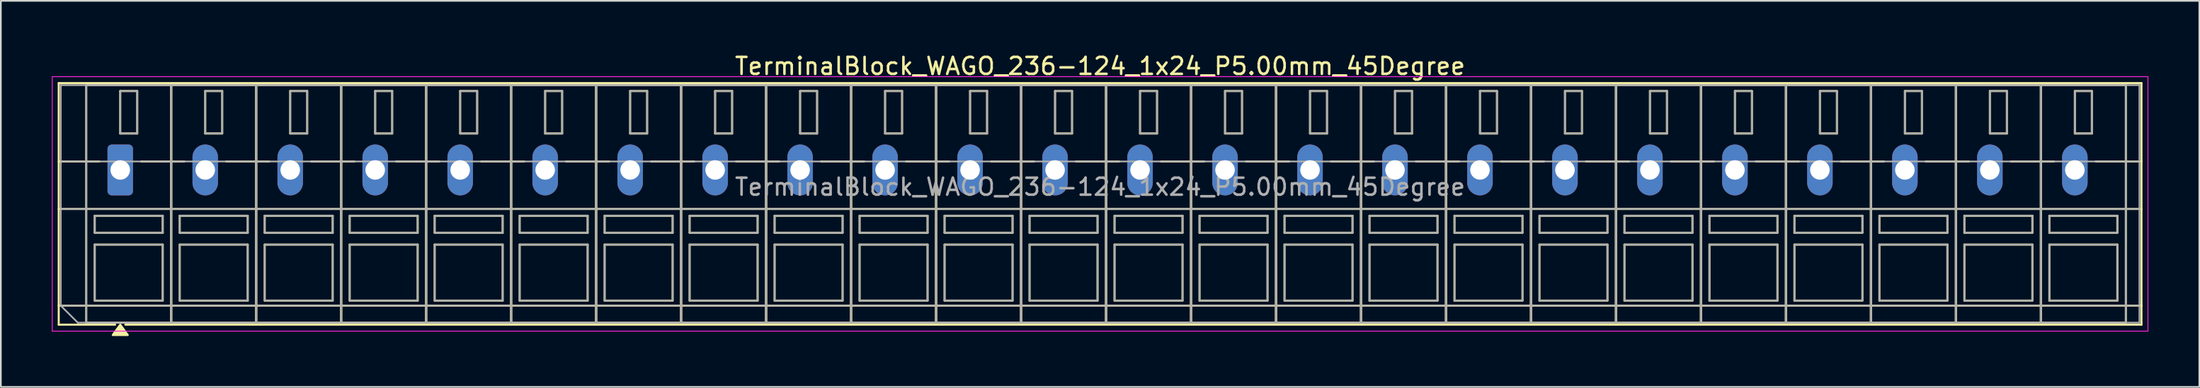
<source format=kicad_pcb>
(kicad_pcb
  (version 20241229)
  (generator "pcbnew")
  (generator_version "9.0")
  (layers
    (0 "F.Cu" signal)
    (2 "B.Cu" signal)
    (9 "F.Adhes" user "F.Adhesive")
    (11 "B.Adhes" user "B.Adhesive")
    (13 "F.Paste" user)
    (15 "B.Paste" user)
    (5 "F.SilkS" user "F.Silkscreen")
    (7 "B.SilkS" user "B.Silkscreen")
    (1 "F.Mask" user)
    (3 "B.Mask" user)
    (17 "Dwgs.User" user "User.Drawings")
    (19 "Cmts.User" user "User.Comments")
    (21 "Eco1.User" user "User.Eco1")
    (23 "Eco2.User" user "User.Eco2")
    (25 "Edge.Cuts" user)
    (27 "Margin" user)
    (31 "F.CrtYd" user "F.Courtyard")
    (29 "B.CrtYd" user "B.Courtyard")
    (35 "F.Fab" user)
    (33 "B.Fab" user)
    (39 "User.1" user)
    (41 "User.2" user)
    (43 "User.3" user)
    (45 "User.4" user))
  (footprint "TerminalBlock_WAGO_236-124_1x24_P5.00mm_45Degree"
    (layer "F.Cu")
    (at 4.025 6.968)
    (property "Reference" "TerminalBlock_WAGO_236-124_1x24_P5.00mm_45Degree" (at 57.65 -6.12 0) (layer "F.SilkS") (effects (font (size 1 1) (thickness 0.15))))
    (attr through_hole)
    (fp_line (start -3.62 -5.12) (end -3.62 9.12) (stroke (width 0.12) (type solid)) (layer "F.SilkS"))
    (fp_line (start -3.62 -5.12) (end 118.92 -5.12) (stroke (width 0.12) (type solid)) (layer "F.SilkS"))
    (fp_line (start -3.62 -0.5) (end -1.23 -0.5) (stroke (width 0.12) (type solid)) (layer "F.SilkS"))
    (fp_line (start -3.62 2.3) (end 118.92 2.3) (stroke (width 0.12) (type solid)) (layer "F.SilkS"))
    (fp_line (start -3.62 8) (end 118.92 8) (stroke (width 0.12) (type solid)) (layer "F.SilkS"))
    (fp_line (start -3.62 9.12) (end -0.3 9.12) (stroke (width 0.12) (type solid)) (layer "F.SilkS"))
    (fp_line (start -2 -5) (end -2 9) (stroke (width 0.12) (type solid)) (layer "F.SilkS"))
    (fp_line (start -2 -5) (end 3 -5) (stroke (width 0.12) (type solid)) (layer "F.SilkS"))
    (fp_line (start -2 9) (end 3 9) (stroke (width 0.12) (type solid)) (layer "F.SilkS"))
    (fp_line (start -1.5 2.7) (end -1.5 3.7) (stroke (width 0.12) (type solid)) (layer "F.SilkS"))
    (fp_line (start -1.5 2.7) (end 2.5 2.7) (stroke (width 0.12) (type solid)) (layer "F.SilkS"))
    (fp_line (start -1.5 3.7) (end 2.5 3.7) (stroke (width 0.12) (type solid)) (layer "F.SilkS"))
    (fp_line (start -1.5 4.4) (end -1.5 7.7) (stroke (width 0.12) (type solid)) (layer "F.SilkS"))
    (fp_line (start -1.5 4.4) (end 2.5 4.4) (stroke (width 0.12) (type solid)) (layer "F.SilkS"))
    (fp_line (start -1.5 7.7) (end 2.5 7.7) (stroke (width 0.12) (type solid)) (layer "F.SilkS"))
    (fp_line (start 0 -4.65) (end 0 -2.15) (stroke (width 0.12) (type solid)) (layer "F.SilkS"))
    (fp_line (start 0 -4.65) (end 1 -4.65) (stroke (width 0.12) (type solid)) (layer "F.SilkS"))
    (fp_line (start 0 -2.15) (end 1 -2.15) (stroke (width 0.12) (type solid)) (layer "F.SilkS"))
    (fp_line (start 0.3 9.12) (end 118.92 9.12) (stroke (width 0.12) (type solid)) (layer "F.SilkS"))
    (fp_line (start 1 -4.65) (end 1 -2.15) (stroke (width 0.12) (type solid)) (layer "F.SilkS"))
    (fp_line (start 1.23 -0.5) (end 3.77 -0.5) (stroke (width 0.12) (type solid)) (layer "F.SilkS"))
    (fp_line (start 2.5 2.7) (end 2.5 3.7) (stroke (width 0.12) (type solid)) (layer "F.SilkS"))
    (fp_line (start 2.5 4.4) (end 2.5 7.7) (stroke (width 0.12) (type solid)) (layer "F.SilkS"))
    (fp_line (start 3 -5) (end 3 9) (stroke (width 0.12) (type solid)) (layer "F.SilkS"))
    (fp_line (start 3 -5) (end 3 9) (stroke (width 0.12) (type solid)) (layer "F.SilkS"))
    (fp_line (start 3 -5) (end 8 -5) (stroke (width 0.12) (type solid)) (layer "F.SilkS"))
    (fp_line (start 3 9) (end 8 9) (stroke (width 0.12) (type solid)) (layer "F.SilkS"))
    (fp_line (start 3.5 2.7) (end 3.5 3.7) (stroke (width 0.12) (type solid)) (layer "F.SilkS"))
    (fp_line (start 3.5 2.7) (end 7.5 2.7) (stroke (width 0.12) (type solid)) (layer "F.SilkS"))
    (fp_line (start 3.5 3.7) (end 7.5 3.7) (stroke (width 0.12) (type solid)) (layer "F.SilkS"))
    (fp_line (start 3.5 4.4) (end 3.5 7.7) (stroke (width 0.12) (type solid)) (layer "F.SilkS"))
    (fp_line (start 3.5 4.4) (end 7.5 4.4) (stroke (width 0.12) (type solid)) (layer "F.SilkS"))
    (fp_line (start 3.5 7.7) (end 7.5 7.7) (stroke (width 0.12) (type solid)) (layer "F.SilkS"))
    (fp_line (start 5 -4.65) (end 5 -2.15) (stroke (width 0.12) (type solid)) (layer "F.SilkS"))
    (fp_line (start 5 -4.65) (end 6 -4.65) (stroke (width 0.12) (type solid)) (layer "F.SilkS"))
    (fp_line (start 5 -2.15) (end 6 -2.15) (stroke (width 0.12) (type solid)) (layer "F.SilkS"))
    (fp_line (start 6 -4.65) (end 6 -2.15) (stroke (width 0.12) (type solid)) (layer "F.SilkS"))
    (fp_line (start 6.23 -0.5) (end 8.77 -0.5) (stroke (width 0.12) (type solid)) (layer "F.SilkS"))
    (fp_line (start 7.5 2.7) (end 7.5 3.7) (stroke (width 0.12) (type solid)) (layer "F.SilkS"))
    (fp_line (start 7.5 4.4) (end 7.5 7.7) (stroke (width 0.12) (type solid)) (layer "F.SilkS"))
    (fp_line (start 8 -5) (end 8 9) (stroke (width 0.12) (type solid)) (layer "F.SilkS"))
    (fp_line (start 8 -5) (end 8 9) (stroke (width 0.12) (type solid)) (layer "F.SilkS"))
    (fp_line (start 8 -5) (end 13 -5) (stroke (width 0.12) (type solid)) (layer "F.SilkS"))
    (fp_line (start 8 9) (end 13 9) (stroke (width 0.12) (type solid)) (layer "F.SilkS"))
    (fp_line (start 8.5 2.7) (end 8.5 3.7) (stroke (width 0.12) (type solid)) (layer "F.SilkS"))
    (fp_line (start 8.5 2.7) (end 12.5 2.7) (stroke (width 0.12) (type solid)) (layer "F.SilkS"))
    (fp_line (start 8.5 3.7) (end 12.5 3.7) (stroke (width 0.12) (type solid)) (layer "F.SilkS"))
    (fp_line (start 8.5 4.4) (end 8.5 7.7) (stroke (width 0.12) (type solid)) (layer "F.SilkS"))
    (fp_line (start 8.5 4.4) (end 12.5 4.4) (stroke (width 0.12) (type solid)) (layer "F.SilkS"))
    (fp_line (start 8.5 7.7) (end 12.5 7.7) (stroke (width 0.12) (type solid)) (layer "F.SilkS"))
    (fp_line (start 10 -4.65) (end 10 -2.15) (stroke (width 0.12) (type solid)) (layer "F.SilkS"))
    (fp_line (start 10 -4.65) (end 11 -4.65) (stroke (width 0.12) (type solid)) (layer "F.SilkS"))
    (fp_line (start 10 -2.15) (end 11 -2.15) (stroke (width 0.12) (type solid)) (layer "F.SilkS"))
    (fp_line (start 11 -4.65) (end 11 -2.15) (stroke (width 0.12) (type solid)) (layer "F.SilkS"))
    (fp_line (start 11.23 -0.5) (end 13.77 -0.5) (stroke (width 0.12) (type solid)) (layer "F.SilkS"))
    (fp_line (start 12.5 2.7) (end 12.5 3.7) (stroke (width 0.12) (type solid)) (layer "F.SilkS"))
    (fp_line (start 12.5 4.4) (end 12.5 7.7) (stroke (width 0.12) (type solid)) (layer "F.SilkS"))
    (fp_line (start 13 -5) (end 13 9) (stroke (width 0.12) (type solid)) (layer "F.SilkS"))
    (fp_line (start 13 -5) (end 13 9) (stroke (width 0.12) (type solid)) (layer "F.SilkS"))
    (fp_line (start 13 -5) (end 18 -5) (stroke (width 0.12) (type solid)) (layer "F.SilkS"))
    (fp_line (start 13 9) (end 18 9) (stroke (width 0.12) (type solid)) (layer "F.SilkS"))
    (fp_line (start 13.5 2.7) (end 13.5 3.7) (stroke (width 0.12) (type solid)) (layer "F.SilkS"))
    (fp_line (start 13.5 2.7) (end 17.5 2.7) (stroke (width 0.12) (type solid)) (layer "F.SilkS"))
    (fp_line (start 13.5 3.7) (end 17.5 3.7) (stroke (width 0.12) (type solid)) (layer "F.SilkS"))
    (fp_line (start 13.5 4.4) (end 13.5 7.7) (stroke (width 0.12) (type solid)) (layer "F.SilkS"))
    (fp_line (start 13.5 4.4) (end 17.5 4.4) (stroke (width 0.12) (type solid)) (layer "F.SilkS"))
    (fp_line (start 13.5 7.7) (end 17.5 7.7) (stroke (width 0.12) (type solid)) (layer "F.SilkS"))
    (fp_line (start 15 -4.65) (end 15 -2.15) (stroke (width 0.12) (type solid)) (layer "F.SilkS"))
    (fp_line (start 15 -4.65) (end 16 -4.65) (stroke (width 0.12) (type solid)) (layer "F.SilkS"))
    (fp_line (start 15 -2.15) (end 16 -2.15) (stroke (width 0.12) (type solid)) (layer "F.SilkS"))
    (fp_line (start 16 -4.65) (end 16 -2.15) (stroke (width 0.12) (type solid)) (layer "F.SilkS"))
    (fp_line (start 16.23 -0.5) (end 18.77 -0.5) (stroke (width 0.12) (type solid)) (layer "F.SilkS"))
    (fp_line (start 17.5 2.7) (end 17.5 3.7) (stroke (width 0.12) (type solid)) (layer "F.SilkS"))
    (fp_line (start 17.5 4.4) (end 17.5 7.7) (stroke (width 0.12) (type solid)) (layer "F.SilkS"))
    (fp_line (start 18 -5) (end 18 9) (stroke (width 0.12) (type solid)) (layer "F.SilkS"))
    (fp_line (start 18 -5) (end 18 9) (stroke (width 0.12) (type solid)) (layer "F.SilkS"))
    (fp_line (start 18 -5) (end 23 -5) (stroke (width 0.12) (type solid)) (layer "F.SilkS"))
    (fp_line (start 18 9) (end 23 9) (stroke (width 0.12) (type solid)) (layer "F.SilkS"))
    (fp_line (start 18.5 2.7) (end 18.5 3.7) (stroke (width 0.12) (type solid)) (layer "F.SilkS"))
    (fp_line (start 18.5 2.7) (end 22.5 2.7) (stroke (width 0.12) (type solid)) (layer "F.SilkS"))
    (fp_line (start 18.5 3.7) (end 22.5 3.7) (stroke (width 0.12) (type solid)) (layer "F.SilkS"))
    (fp_line (start 18.5 4.4) (end 18.5 7.7) (stroke (width 0.12) (type solid)) (layer "F.SilkS"))
    (fp_line (start 18.5 4.4) (end 22.5 4.4) (stroke (width 0.12) (type solid)) (layer "F.SilkS"))
    (fp_line (start 18.5 7.7) (end 22.5 7.7) (stroke (width 0.12) (type solid)) (layer "F.SilkS"))
    (fp_line (start 20 -4.65) (end 20 -2.15) (stroke (width 0.12) (type solid)) (layer "F.SilkS"))
    (fp_line (start 20 -4.65) (end 21 -4.65) (stroke (width 0.12) (type solid)) (layer "F.SilkS"))
    (fp_line (start 20 -2.15) (end 21 -2.15) (stroke (width 0.12) (type solid)) (layer "F.SilkS"))
    (fp_line (start 21 -4.65) (end 21 -2.15) (stroke (width 0.12) (type solid)) (layer "F.SilkS"))
    (fp_line (start 21.23 -0.5) (end 23.77 -0.5) (stroke (width 0.12) (type solid)) (layer "F.SilkS"))
    (fp_line (start 22.5 2.7) (end 22.5 3.7) (stroke (width 0.12) (type solid)) (layer "F.SilkS"))
    (fp_line (start 22.5 4.4) (end 22.5 7.7) (stroke (width 0.12) (type solid)) (layer "F.SilkS"))
    (fp_line (start 23 -5) (end 23 9) (stroke (width 0.12) (type solid)) (layer "F.SilkS"))
    (fp_line (start 23 -5) (end 23 9) (stroke (width 0.12) (type solid)) (layer "F.SilkS"))
    (fp_line (start 23 -5) (end 28 -5) (stroke (width 0.12) (type solid)) (layer "F.SilkS"))
    (fp_line (start 23 9) (end 28 9) (stroke (width 0.12) (type solid)) (layer "F.SilkS"))
    (fp_line (start 23.5 2.7) (end 23.5 3.7) (stroke (width 0.12) (type solid)) (layer "F.SilkS"))
    (fp_line (start 23.5 2.7) (end 27.5 2.7) (stroke (width 0.12) (type solid)) (layer "F.SilkS"))
    (fp_line (start 23.5 3.7) (end 27.5 3.7) (stroke (width 0.12) (type solid)) (layer "F.SilkS"))
    (fp_line (start 23.5 4.4) (end 23.5 7.7) (stroke (width 0.12) (type solid)) (layer "F.SilkS"))
    (fp_line (start 23.5 4.4) (end 27.5 4.4) (stroke (width 0.12) (type solid)) (layer "F.SilkS"))
    (fp_line (start 23.5 7.7) (end 27.5 7.7) (stroke (width 0.12) (type solid)) (layer "F.SilkS"))
    (fp_line (start 25 -4.65) (end 25 -2.15) (stroke (width 0.12) (type solid)) (layer "F.SilkS"))
    (fp_line (start 25 -4.65) (end 26 -4.65) (stroke (width 0.12) (type solid)) (layer "F.SilkS"))
    (fp_line (start 25 -2.15) (end 26 -2.15) (stroke (width 0.12) (type solid)) (layer "F.SilkS"))
    (fp_line (start 26 -4.65) (end 26 -2.15) (stroke (width 0.12) (type solid)) (layer "F.SilkS"))
    (fp_line (start 26.23 -0.5) (end 28.77 -0.5) (stroke (width 0.12) (type solid)) (layer "F.SilkS"))
    (fp_line (start 27.5 2.7) (end 27.5 3.7) (stroke (width 0.12) (type solid)) (layer "F.SilkS"))
    (fp_line (start 27.5 4.4) (end 27.5 7.7) (stroke (width 0.12) (type solid)) (layer "F.SilkS"))
    (fp_line (start 28 -5) (end 28 9) (stroke (width 0.12) (type solid)) (layer "F.SilkS"))
    (fp_line (start 28 -5) (end 28 9) (stroke (width 0.12) (type solid)) (layer "F.SilkS"))
    (fp_line (start 28 -5) (end 33 -5) (stroke (width 0.12) (type solid)) (layer "F.SilkS"))
    (fp_line (start 28 9) (end 33 9) (stroke (width 0.12) (type solid)) (layer "F.SilkS"))
    (fp_line (start 28.5 2.7) (end 28.5 3.7) (stroke (width 0.12) (type solid)) (layer "F.SilkS"))
    (fp_line (start 28.5 2.7) (end 32.5 2.7) (stroke (width 0.12) (type solid)) (layer "F.SilkS"))
    (fp_line (start 28.5 3.7) (end 32.5 3.7) (stroke (width 0.12) (type solid)) (layer "F.SilkS"))
    (fp_line (start 28.5 4.4) (end 28.5 7.7) (stroke (width 0.12) (type solid)) (layer "F.SilkS"))
    (fp_line (start 28.5 4.4) (end 32.5 4.4) (stroke (width 0.12) (type solid)) (layer "F.SilkS"))
    (fp_line (start 28.5 7.7) (end 32.5 7.7) (stroke (width 0.12) (type solid)) (layer "F.SilkS"))
    (fp_line (start 30 -4.65) (end 30 -2.15) (stroke (width 0.12) (type solid)) (layer "F.SilkS"))
    (fp_line (start 30 -4.65) (end 31 -4.65) (stroke (width 0.12) (type solid)) (layer "F.SilkS"))
    (fp_line (start 30 -2.15) (end 31 -2.15) (stroke (width 0.12) (type solid)) (layer "F.SilkS"))
    (fp_line (start 31 -4.65) (end 31 -2.15) (stroke (width 0.12) (type solid)) (layer "F.SilkS"))
    (fp_line (start 31.23 -0.5) (end 33.77 -0.5) (stroke (width 0.12) (type solid)) (layer "F.SilkS"))
    (fp_line (start 32.5 2.7) (end 32.5 3.7) (stroke (width 0.12) (type solid)) (layer "F.SilkS"))
    (fp_line (start 32.5 4.4) (end 32.5 7.7) (stroke (width 0.12) (type solid)) (layer "F.SilkS"))
    (fp_line (start 33 -5) (end 33 9) (stroke (width 0.12) (type solid)) (layer "F.SilkS"))
    (fp_line (start 33 -5) (end 33 9) (stroke (width 0.12) (type solid)) (layer "F.SilkS"))
    (fp_line (start 33 -5) (end 38 -5) (stroke (width 0.12) (type solid)) (layer "F.SilkS"))
    (fp_line (start 33 9) (end 38 9) (stroke (width 0.12) (type solid)) (layer "F.SilkS"))
    (fp_line (start 33.5 2.7) (end 33.5 3.7) (stroke (width 0.12) (type solid)) (layer "F.SilkS"))
    (fp_line (start 33.5 2.7) (end 37.5 2.7) (stroke (width 0.12) (type solid)) (layer "F.SilkS"))
    (fp_line (start 33.5 3.7) (end 37.5 3.7) (stroke (width 0.12) (type solid)) (layer "F.SilkS"))
    (fp_line (start 33.5 4.4) (end 33.5 7.7) (stroke (width 0.12) (type solid)) (layer "F.SilkS"))
    (fp_line (start 33.5 4.4) (end 37.5 4.4) (stroke (width 0.12) (type solid)) (layer "F.SilkS"))
    (fp_line (start 33.5 7.7) (end 37.5 7.7) (stroke (width 0.12) (type solid)) (layer "F.SilkS"))
    (fp_line (start 35 -4.65) (end 35 -2.15) (stroke (width 0.12) (type solid)) (layer "F.SilkS"))
    (fp_line (start 35 -4.65) (end 36 -4.65) (stroke (width 0.12) (type solid)) (layer "F.SilkS"))
    (fp_line (start 35 -2.15) (end 36 -2.15) (stroke (width 0.12) (type solid)) (layer "F.SilkS"))
    (fp_line (start 36 -4.65) (end 36 -2.15) (stroke (width 0.12) (type solid)) (layer "F.SilkS"))
    (fp_line (start 36.23 -0.5) (end 38.77 -0.5) (stroke (width 0.12) (type solid)) (layer "F.SilkS"))
    (fp_line (start 37.5 2.7) (end 37.5 3.7) (stroke (width 0.12) (type solid)) (layer "F.SilkS"))
    (fp_line (start 37.5 4.4) (end 37.5 7.7) (stroke (width 0.12) (type solid)) (layer "F.SilkS"))
    (fp_line (start 38 -5) (end 38 9) (stroke (width 0.12) (type solid)) (layer "F.SilkS"))
    (fp_line (start 38 -5) (end 38 9) (stroke (width 0.12) (type solid)) (layer "F.SilkS"))
    (fp_line (start 38 -5) (end 43 -5) (stroke (width 0.12) (type solid)) (layer "F.SilkS"))
    (fp_line (start 38 9) (end 43 9) (stroke (width 0.12) (type solid)) (layer "F.SilkS"))
    (fp_line (start 38.5 2.7) (end 38.5 3.7) (stroke (width 0.12) (type solid)) (layer "F.SilkS"))
    (fp_line (start 38.5 2.7) (end 42.5 2.7) (stroke (width 0.12) (type solid)) (layer "F.SilkS"))
    (fp_line (start 38.5 3.7) (end 42.5 3.7) (stroke (width 0.12) (type solid)) (layer "F.SilkS"))
    (fp_line (start 38.5 4.4) (end 38.5 7.7) (stroke (width 0.12) (type solid)) (layer "F.SilkS"))
    (fp_line (start 38.5 4.4) (end 42.5 4.4) (stroke (width 0.12) (type solid)) (layer "F.SilkS"))
    (fp_line (start 38.5 7.7) (end 42.5 7.7) (stroke (width 0.12) (type solid)) (layer "F.SilkS"))
    (fp_line (start 40 -4.65) (end 40 -2.15) (stroke (width 0.12) (type solid)) (layer "F.SilkS"))
    (fp_line (start 40 -4.65) (end 41 -4.65) (stroke (width 0.12) (type solid)) (layer "F.SilkS"))
    (fp_line (start 40 -2.15) (end 41 -2.15) (stroke (width 0.12) (type solid)) (layer "F.SilkS"))
    (fp_line (start 41 -4.65) (end 41 -2.15) (stroke (width 0.12) (type solid)) (layer "F.SilkS"))
    (fp_line (start 41.23 -0.5) (end 43.77 -0.5) (stroke (width 0.12) (type solid)) (layer "F.SilkS"))
    (fp_line (start 42.5 2.7) (end 42.5 3.7) (stroke (width 0.12) (type solid)) (layer "F.SilkS"))
    (fp_line (start 42.5 4.4) (end 42.5 7.7) (stroke (width 0.12) (type solid)) (layer "F.SilkS"))
    (fp_line (start 43 -5) (end 43 9) (stroke (width 0.12) (type solid)) (layer "F.SilkS"))
    (fp_line (start 43 -5) (end 43 9) (stroke (width 0.12) (type solid)) (layer "F.SilkS"))
    (fp_line (start 43 -5) (end 48 -5) (stroke (width 0.12) (type solid)) (layer "F.SilkS"))
    (fp_line (start 43 9) (end 48 9) (stroke (width 0.12) (type solid)) (layer "F.SilkS"))
    (fp_line (start 43.5 2.7) (end 43.5 3.7) (stroke (width 0.12) (type solid)) (layer "F.SilkS"))
    (fp_line (start 43.5 2.7) (end 47.5 2.7) (stroke (width 0.12) (type solid)) (layer "F.SilkS"))
    (fp_line (start 43.5 3.7) (end 47.5 3.7) (stroke (width 0.12) (type solid)) (layer "F.SilkS"))
    (fp_line (start 43.5 4.4) (end 43.5 7.7) (stroke (width 0.12) (type solid)) (layer "F.SilkS"))
    (fp_line (start 43.5 4.4) (end 47.5 4.4) (stroke (width 0.12) (type solid)) (layer "F.SilkS"))
    (fp_line (start 43.5 7.7) (end 47.5 7.7) (stroke (width 0.12) (type solid)) (layer "F.SilkS"))
    (fp_line (start 45 -4.65) (end 45 -2.15) (stroke (width 0.12) (type solid)) (layer "F.SilkS"))
    (fp_line (start 45 -4.65) (end 46 -4.65) (stroke (width 0.12) (type solid)) (layer "F.SilkS"))
    (fp_line (start 45 -2.15) (end 46 -2.15) (stroke (width 0.12) (type solid)) (layer "F.SilkS"))
    (fp_line (start 46 -4.65) (end 46 -2.15) (stroke (width 0.12) (type solid)) (layer "F.SilkS"))
    (fp_line (start 46.23 -0.5) (end 48.77 -0.5) (stroke (width 0.12) (type solid)) (layer "F.SilkS"))
    (fp_line (start 47.5 2.7) (end 47.5 3.7) (stroke (width 0.12) (type solid)) (layer "F.SilkS"))
    (fp_line (start 47.5 4.4) (end 47.5 7.7) (stroke (width 0.12) (type solid)) (layer "F.SilkS"))
    (fp_line (start 48 -5) (end 48 9) (stroke (width 0.12) (type solid)) (layer "F.SilkS"))
    (fp_line (start 48 -5) (end 48 9) (stroke (width 0.12) (type solid)) (layer "F.SilkS"))
    (fp_line (start 48 -5) (end 53 -5) (stroke (width 0.12) (type solid)) (layer "F.SilkS"))
    (fp_line (start 48 9) (end 53 9) (stroke (width 0.12) (type solid)) (layer "F.SilkS"))
    (fp_line (start 48.5 2.7) (end 48.5 3.7) (stroke (width 0.12) (type solid)) (layer "F.SilkS"))
    (fp_line (start 48.5 2.7) (end 52.5 2.7) (stroke (width 0.12) (type solid)) (layer "F.SilkS"))
    (fp_line (start 48.5 3.7) (end 52.5 3.7) (stroke (width 0.12) (type solid)) (layer "F.SilkS"))
    (fp_line (start 48.5 4.4) (end 48.5 7.7) (stroke (width 0.12) (type solid)) (layer "F.SilkS"))
    (fp_line (start 48.5 4.4) (end 52.5 4.4) (stroke (width 0.12) (type solid)) (layer "F.SilkS"))
    (fp_line (start 48.5 7.7) (end 52.5 7.7) (stroke (width 0.12) (type solid)) (layer "F.SilkS"))
    (fp_line (start 50 -4.65) (end 50 -2.15) (stroke (width 0.12) (type solid)) (layer "F.SilkS"))
    (fp_line (start 50 -4.65) (end 51 -4.65) (stroke (width 0.12) (type solid)) (layer "F.SilkS"))
    (fp_line (start 50 -2.15) (end 51 -2.15) (stroke (width 0.12) (type solid)) (layer "F.SilkS"))
    (fp_line (start 51 -4.65) (end 51 -2.15) (stroke (width 0.12) (type solid)) (layer "F.SilkS"))
    (fp_line (start 51.23 -0.5) (end 53.77 -0.5) (stroke (width 0.12) (type solid)) (layer "F.SilkS"))
    (fp_line (start 52.5 2.7) (end 52.5 3.7) (stroke (width 0.12) (type solid)) (layer "F.SilkS"))
    (fp_line (start 52.5 4.4) (end 52.5 7.7) (stroke (width 0.12) (type solid)) (layer "F.SilkS"))
    (fp_line (start 53 -5) (end 53 9) (stroke (width 0.12) (type solid)) (layer "F.SilkS"))
    (fp_line (start 53 -5) (end 53 9) (stroke (width 0.12) (type solid)) (layer "F.SilkS"))
    (fp_line (start 53 -5) (end 58 -5) (stroke (width 0.12) (type solid)) (layer "F.SilkS"))
    (fp_line (start 53 9) (end 58 9) (stroke (width 0.12) (type solid)) (layer "F.SilkS"))
    (fp_line (start 53.5 2.7) (end 53.5 3.7) (stroke (width 0.12) (type solid)) (layer "F.SilkS"))
    (fp_line (start 53.5 2.7) (end 57.5 2.7) (stroke (width 0.12) (type solid)) (layer "F.SilkS"))
    (fp_line (start 53.5 3.7) (end 57.5 3.7) (stroke (width 0.12) (type solid)) (layer "F.SilkS"))
    (fp_line (start 53.5 4.4) (end 53.5 7.7) (stroke (width 0.12) (type solid)) (layer "F.SilkS"))
    (fp_line (start 53.5 4.4) (end 57.5 4.4) (stroke (width 0.12) (type solid)) (layer "F.SilkS"))
    (fp_line (start 53.5 7.7) (end 57.5 7.7) (stroke (width 0.12) (type solid)) (layer "F.SilkS"))
    (fp_line (start 55 -4.65) (end 55 -2.15) (stroke (width 0.12) (type solid)) (layer "F.SilkS"))
    (fp_line (start 55 -4.65) (end 56 -4.65) (stroke (width 0.12) (type solid)) (layer "F.SilkS"))
    (fp_line (start 55 -2.15) (end 56 -2.15) (stroke (width 0.12) (type solid)) (layer "F.SilkS"))
    (fp_line (start 56 -4.65) (end 56 -2.15) (stroke (width 0.12) (type solid)) (layer "F.SilkS"))
    (fp_line (start 56.23 -0.5) (end 58.77 -0.5) (stroke (width 0.12) (type solid)) (layer "F.SilkS"))
    (fp_line (start 57.5 2.7) (end 57.5 3.7) (stroke (width 0.12) (type solid)) (layer "F.SilkS"))
    (fp_line (start 57.5 4.4) (end 57.5 7.7) (stroke (width 0.12) (type solid)) (layer "F.SilkS"))
    (fp_line (start 58 -5) (end 58 9) (stroke (width 0.12) (type solid)) (layer "F.SilkS"))
    (fp_line (start 58 -5) (end 58 9) (stroke (width 0.12) (type solid)) (layer "F.SilkS"))
    (fp_line (start 58 -5) (end 63 -5) (stroke (width 0.12) (type solid)) (layer "F.SilkS"))
    (fp_line (start 58 9) (end 63 9) (stroke (width 0.12) (type solid)) (layer "F.SilkS"))
    (fp_line (start 58.5 2.7) (end 58.5 3.7) (stroke (width 0.12) (type solid)) (layer "F.SilkS"))
    (fp_line (start 58.5 2.7) (end 62.5 2.7) (stroke (width 0.12) (type solid)) (layer "F.SilkS"))
    (fp_line (start 58.5 3.7) (end 62.5 3.7) (stroke (width 0.12) (type solid)) (layer "F.SilkS"))
    (fp_line (start 58.5 4.4) (end 58.5 7.7) (stroke (width 0.12) (type solid)) (layer "F.SilkS"))
    (fp_line (start 58.5 4.4) (end 62.5 4.4) (stroke (width 0.12) (type solid)) (layer "F.SilkS"))
    (fp_line (start 58.5 7.7) (end 62.5 7.7) (stroke (width 0.12) (type solid)) (layer "F.SilkS"))
    (fp_line (start 60 -4.65) (end 60 -2.15) (stroke (width 0.12) (type solid)) (layer "F.SilkS"))
    (fp_line (start 60 -4.65) (end 61 -4.65) (stroke (width 0.12) (type solid)) (layer "F.SilkS"))
    (fp_line (start 60 -2.15) (end 61 -2.15) (stroke (width 0.12) (type solid)) (layer "F.SilkS"))
    (fp_line (start 61 -4.65) (end 61 -2.15) (stroke (width 0.12) (type solid)) (layer "F.SilkS"))
    (fp_line (start 61.23 -0.5) (end 63.77 -0.5) (stroke (width 0.12) (type solid)) (layer "F.SilkS"))
    (fp_line (start 62.5 2.7) (end 62.5 3.7) (stroke (width 0.12) (type solid)) (layer "F.SilkS"))
    (fp_line (start 62.5 4.4) (end 62.5 7.7) (stroke (width 0.12) (type solid)) (layer "F.SilkS"))
    (fp_line (start 63 -5) (end 63 9) (stroke (width 0.12) (type solid)) (layer "F.SilkS"))
    (fp_line (start 63 -5) (end 63 9) (stroke (width 0.12) (type solid)) (layer "F.SilkS"))
    (fp_line (start 63 -5) (end 68 -5) (stroke (width 0.12) (type solid)) (layer "F.SilkS"))
    (fp_line (start 63 9) (end 68 9) (stroke (width 0.12) (type solid)) (layer "F.SilkS"))
    (fp_line (start 63.5 2.7) (end 63.5 3.7) (stroke (width 0.12) (type solid)) (layer "F.SilkS"))
    (fp_line (start 63.5 2.7) (end 67.5 2.7) (stroke (width 0.12) (type solid)) (layer "F.SilkS"))
    (fp_line (start 63.5 3.7) (end 67.5 3.7) (stroke (width 0.12) (type solid)) (layer "F.SilkS"))
    (fp_line (start 63.5 4.4) (end 63.5 7.7) (stroke (width 0.12) (type solid)) (layer "F.SilkS"))
    (fp_line (start 63.5 4.4) (end 67.5 4.4) (stroke (width 0.12) (type solid)) (layer "F.SilkS"))
    (fp_line (start 63.5 7.7) (end 67.5 7.7) (stroke (width 0.12) (type solid)) (layer "F.SilkS"))
    (fp_line (start 65 -4.65) (end 65 -2.15) (stroke (width 0.12) (type solid)) (layer "F.SilkS"))
    (fp_line (start 65 -4.65) (end 66 -4.65) (stroke (width 0.12) (type solid)) (layer "F.SilkS"))
    (fp_line (start 65 -2.15) (end 66 -2.15) (stroke (width 0.12) (type solid)) (layer "F.SilkS"))
    (fp_line (start 66 -4.65) (end 66 -2.15) (stroke (width 0.12) (type solid)) (layer "F.SilkS"))
    (fp_line (start 66.23 -0.5) (end 68.77 -0.5) (stroke (width 0.12) (type solid)) (layer "F.SilkS"))
    (fp_line (start 67.5 2.7) (end 67.5 3.7) (stroke (width 0.12) (type solid)) (layer "F.SilkS"))
    (fp_line (start 67.5 4.4) (end 67.5 7.7) (stroke (width 0.12) (type solid)) (layer "F.SilkS"))
    (fp_line (start 68 -5) (end 68 9) (stroke (width 0.12) (type solid)) (layer "F.SilkS"))
    (fp_line (start 68 -5) (end 68 9) (stroke (width 0.12) (type solid)) (layer "F.SilkS"))
    (fp_line (start 68 -5) (end 73 -5) (stroke (width 0.12) (type solid)) (layer "F.SilkS"))
    (fp_line (start 68 9) (end 73 9) (stroke (width 0.12) (type solid)) (layer "F.SilkS"))
    (fp_line (start 68.5 2.7) (end 68.5 3.7) (stroke (width 0.12) (type solid)) (layer "F.SilkS"))
    (fp_line (start 68.5 2.7) (end 72.5 2.7) (stroke (width 0.12) (type solid)) (layer "F.SilkS"))
    (fp_line (start 68.5 3.7) (end 72.5 3.7) (stroke (width 0.12) (type solid)) (layer "F.SilkS"))
    (fp_line (start 68.5 4.4) (end 68.5 7.7) (stroke (width 0.12) (type solid)) (layer "F.SilkS"))
    (fp_line (start 68.5 4.4) (end 72.5 4.4) (stroke (width 0.12) (type solid)) (layer "F.SilkS"))
    (fp_line (start 68.5 7.7) (end 72.5 7.7) (stroke (width 0.12) (type solid)) (layer "F.SilkS"))
    (fp_line (start 70 -4.65) (end 70 -2.15) (stroke (width 0.12) (type solid)) (layer "F.SilkS"))
    (fp_line (start 70 -4.65) (end 71 -4.65) (stroke (width 0.12) (type solid)) (layer "F.SilkS"))
    (fp_line (start 70 -2.15) (end 71 -2.15) (stroke (width 0.12) (type solid)) (layer "F.SilkS"))
    (fp_line (start 71 -4.65) (end 71 -2.15) (stroke (width 0.12) (type solid)) (layer "F.SilkS"))
    (fp_line (start 71.23 -0.5) (end 73.77 -0.5) (stroke (width 0.12) (type solid)) (layer "F.SilkS"))
    (fp_line (start 72.5 2.7) (end 72.5 3.7) (stroke (width 0.12) (type solid)) (layer "F.SilkS"))
    (fp_line (start 72.5 4.4) (end 72.5 7.7) (stroke (width 0.12) (type solid)) (layer "F.SilkS"))
    (fp_line (start 73 -5) (end 73 9) (stroke (width 0.12) (type solid)) (layer "F.SilkS"))
    (fp_line (start 73 -5) (end 73 9) (stroke (width 0.12) (type solid)) (layer "F.SilkS"))
    (fp_line (start 73 -5) (end 78 -5) (stroke (width 0.12) (type solid)) (layer "F.SilkS"))
    (fp_line (start 73 9) (end 78 9) (stroke (width 0.12) (type solid)) (layer "F.SilkS"))
    (fp_line (start 73.5 2.7) (end 73.5 3.7) (stroke (width 0.12) (type solid)) (layer "F.SilkS"))
    (fp_line (start 73.5 2.7) (end 77.5 2.7) (stroke (width 0.12) (type solid)) (layer "F.SilkS"))
    (fp_line (start 73.5 3.7) (end 77.5 3.7) (stroke (width 0.12) (type solid)) (layer "F.SilkS"))
    (fp_line (start 73.5 4.4) (end 73.5 7.7) (stroke (width 0.12) (type solid)) (layer "F.SilkS"))
    (fp_line (start 73.5 4.4) (end 77.5 4.4) (stroke (width 0.12) (type solid)) (layer "F.SilkS"))
    (fp_line (start 73.5 7.7) (end 77.5 7.7) (stroke (width 0.12) (type solid)) (layer "F.SilkS"))
    (fp_line (start 75 -4.65) (end 75 -2.15) (stroke (width 0.12) (type solid)) (layer "F.SilkS"))
    (fp_line (start 75 -4.65) (end 76 -4.65) (stroke (width 0.12) (type solid)) (layer "F.SilkS"))
    (fp_line (start 75 -2.15) (end 76 -2.15) (stroke (width 0.12) (type solid)) (layer "F.SilkS"))
    (fp_line (start 76 -4.65) (end 76 -2.15) (stroke (width 0.12) (type solid)) (layer "F.SilkS"))
    (fp_line (start 76.23 -0.5) (end 78.77 -0.5) (stroke (width 0.12) (type solid)) (layer "F.SilkS"))
    (fp_line (start 77.5 2.7) (end 77.5 3.7) (stroke (width 0.12) (type solid)) (layer "F.SilkS"))
    (fp_line (start 77.5 4.4) (end 77.5 7.7) (stroke (width 0.12) (type solid)) (layer "F.SilkS"))
    (fp_line (start 78 -5) (end 78 9) (stroke (width 0.12) (type solid)) (layer "F.SilkS"))
    (fp_line (start 78 -5) (end 78 9) (stroke (width 0.12) (type solid)) (layer "F.SilkS"))
    (fp_line (start 78 -5) (end 83 -5) (stroke (width 0.12) (type solid)) (layer "F.SilkS"))
    (fp_line (start 78 9) (end 83 9) (stroke (width 0.12) (type solid)) (layer "F.SilkS"))
    (fp_line (start 78.5 2.7) (end 78.5 3.7) (stroke (width 0.12) (type solid)) (layer "F.SilkS"))
    (fp_line (start 78.5 2.7) (end 82.5 2.7) (stroke (width 0.12) (type solid)) (layer "F.SilkS"))
    (fp_line (start 78.5 3.7) (end 82.5 3.7) (stroke (width 0.12) (type solid)) (layer "F.SilkS"))
    (fp_line (start 78.5 4.4) (end 78.5 7.7) (stroke (width 0.12) (type solid)) (layer "F.SilkS"))
    (fp_line (start 78.5 4.4) (end 82.5 4.4) (stroke (width 0.12) (type solid)) (layer "F.SilkS"))
    (fp_line (start 78.5 7.7) (end 82.5 7.7) (stroke (width 0.12) (type solid)) (layer "F.SilkS"))
    (fp_line (start 80 -4.65) (end 80 -2.15) (stroke (width 0.12) (type solid)) (layer "F.SilkS"))
    (fp_line (start 80 -4.65) (end 81 -4.65) (stroke (width 0.12) (type solid)) (layer "F.SilkS"))
    (fp_line (start 80 -2.15) (end 81 -2.15) (stroke (width 0.12) (type solid)) (layer "F.SilkS"))
    (fp_line (start 81 -4.65) (end 81 -2.15) (stroke (width 0.12) (type solid)) (layer "F.SilkS"))
    (fp_line (start 81.23 -0.5) (end 83.77 -0.5) (stroke (width 0.12) (type solid)) (layer "F.SilkS"))
    (fp_line (start 82.5 2.7) (end 82.5 3.7) (stroke (width 0.12) (type solid)) (layer "F.SilkS"))
    (fp_line (start 82.5 4.4) (end 82.5 7.7) (stroke (width 0.12) (type solid)) (layer "F.SilkS"))
    (fp_line (start 83 -5) (end 83 9) (stroke (width 0.12) (type solid)) (layer "F.SilkS"))
    (fp_line (start 83 -5) (end 83 9) (stroke (width 0.12) (type solid)) (layer "F.SilkS"))
    (fp_line (start 83 -5) (end 88 -5) (stroke (width 0.12) (type solid)) (layer "F.SilkS"))
    (fp_line (start 83 9) (end 88 9) (stroke (width 0.12) (type solid)) (layer "F.SilkS"))
    (fp_line (start 83.5 2.7) (end 83.5 3.7) (stroke (width 0.12) (type solid)) (layer "F.SilkS"))
    (fp_line (start 83.5 2.7) (end 87.5 2.7) (stroke (width 0.12) (type solid)) (layer "F.SilkS"))
    (fp_line (start 83.5 3.7) (end 87.5 3.7) (stroke (width 0.12) (type solid)) (layer "F.SilkS"))
    (fp_line (start 83.5 4.4) (end 83.5 7.7) (stroke (width 0.12) (type solid)) (layer "F.SilkS"))
    (fp_line (start 83.5 4.4) (end 87.5 4.4) (stroke (width 0.12) (type solid)) (layer "F.SilkS"))
    (fp_line (start 83.5 7.7) (end 87.5 7.7) (stroke (width 0.12) (type solid)) (layer "F.SilkS"))
    (fp_line (start 85 -4.65) (end 85 -2.15) (stroke (width 0.12) (type solid)) (layer "F.SilkS"))
    (fp_line (start 85 -4.65) (end 86 -4.65) (stroke (width 0.12) (type solid)) (layer "F.SilkS"))
    (fp_line (start 85 -2.15) (end 86 -2.15) (stroke (width 0.12) (type solid)) (layer "F.SilkS"))
    (fp_line (start 86 -4.65) (end 86 -2.15) (stroke (width 0.12) (type solid)) (layer "F.SilkS"))
    (fp_line (start 86.23 -0.5) (end 88.77 -0.5) (stroke (width 0.12) (type solid)) (layer "F.SilkS"))
    (fp_line (start 87.5 2.7) (end 87.5 3.7) (stroke (width 0.12) (type solid)) (layer "F.SilkS"))
    (fp_line (start 87.5 4.4) (end 87.5 7.7) (stroke (width 0.12) (type solid)) (layer "F.SilkS"))
    (fp_line (start 88 -5) (end 88 9) (stroke (width 0.12) (type solid)) (layer "F.SilkS"))
    (fp_line (start 88 -5) (end 88 9) (stroke (width 0.12) (type solid)) (layer "F.SilkS"))
    (fp_line (start 88 -5) (end 93 -5) (stroke (width 0.12) (type solid)) (layer "F.SilkS"))
    (fp_line (start 88 9) (end 93 9) (stroke (width 0.12) (type solid)) (layer "F.SilkS"))
    (fp_line (start 88.5 2.7) (end 88.5 3.7) (stroke (width 0.12) (type solid)) (layer "F.SilkS"))
    (fp_line (start 88.5 2.7) (end 92.5 2.7) (stroke (width 0.12) (type solid)) (layer "F.SilkS"))
    (fp_line (start 88.5 3.7) (end 92.5 3.7) (stroke (width 0.12) (type solid)) (layer "F.SilkS"))
    (fp_line (start 88.5 4.4) (end 88.5 7.7) (stroke (width 0.12) (type solid)) (layer "F.SilkS"))
    (fp_line (start 88.5 4.4) (end 92.5 4.4) (stroke (width 0.12) (type solid)) (layer "F.SilkS"))
    (fp_line (start 88.5 7.7) (end 92.5 7.7) (stroke (width 0.12) (type solid)) (layer "F.SilkS"))
    (fp_line (start 90 -4.65) (end 90 -2.15) (stroke (width 0.12) (type solid)) (layer "F.SilkS"))
    (fp_line (start 90 -4.65) (end 91 -4.65) (stroke (width 0.12) (type solid)) (layer "F.SilkS"))
    (fp_line (start 90 -2.15) (end 91 -2.15) (stroke (width 0.12) (type solid)) (layer "F.SilkS"))
    (fp_line (start 91 -4.65) (end 91 -2.15) (stroke (width 0.12) (type solid)) (layer "F.SilkS"))
    (fp_line (start 91.23 -0.5) (end 93.77 -0.5) (stroke (width 0.12) (type solid)) (layer "F.SilkS"))
    (fp_line (start 92.5 2.7) (end 92.5 3.7) (stroke (width 0.12) (type solid)) (layer "F.SilkS"))
    (fp_line (start 92.5 4.4) (end 92.5 7.7) (stroke (width 0.12) (type solid)) (layer "F.SilkS"))
    (fp_line (start 93 -5) (end 93 9) (stroke (width 0.12) (type solid)) (layer "F.SilkS"))
    (fp_line (start 93 -5) (end 93 9) (stroke (width 0.12) (type solid)) (layer "F.SilkS"))
    (fp_line (start 93 -5) (end 98 -5) (stroke (width 0.12) (type solid)) (layer "F.SilkS"))
    (fp_line (start 93 9) (end 98 9) (stroke (width 0.12) (type solid)) (layer "F.SilkS"))
    (fp_line (start 93.5 2.7) (end 93.5 3.7) (stroke (width 0.12) (type solid)) (layer "F.SilkS"))
    (fp_line (start 93.5 2.7) (end 97.5 2.7) (stroke (width 0.12) (type solid)) (layer "F.SilkS"))
    (fp_line (start 93.5 3.7) (end 97.5 3.7) (stroke (width 0.12) (type solid)) (layer "F.SilkS"))
    (fp_line (start 93.5 4.4) (end 93.5 7.7) (stroke (width 0.12) (type solid)) (layer "F.SilkS"))
    (fp_line (start 93.5 4.4) (end 97.5 4.4) (stroke (width 0.12) (type solid)) (layer "F.SilkS"))
    (fp_line (start 93.5 7.7) (end 97.5 7.7) (stroke (width 0.12) (type solid)) (layer "F.SilkS"))
    (fp_line (start 95 -4.65) (end 95 -2.15) (stroke (width 0.12) (type solid)) (layer "F.SilkS"))
    (fp_line (start 95 -4.65) (end 96 -4.65) (stroke (width 0.12) (type solid)) (layer "F.SilkS"))
    (fp_line (start 95 -2.15) (end 96 -2.15) (stroke (width 0.12) (type solid)) (layer "F.SilkS"))
    (fp_line (start 96 -4.65) (end 96 -2.15) (stroke (width 0.12) (type solid)) (layer "F.SilkS"))
    (fp_line (start 96.23 -0.5) (end 98.77 -0.5) (stroke (width 0.12) (type solid)) (layer "F.SilkS"))
    (fp_line (start 97.5 2.7) (end 97.5 3.7) (stroke (width 0.12) (type solid)) (layer "F.SilkS"))
    (fp_line (start 97.5 4.4) (end 97.5 7.7) (stroke (width 0.12) (type solid)) (layer "F.SilkS"))
    (fp_line (start 98 -5) (end 98 9) (stroke (width 0.12) (type solid)) (layer "F.SilkS"))
    (fp_line (start 98 -5) (end 98 9) (stroke (width 0.12) (type solid)) (layer "F.SilkS"))
    (fp_line (start 98 -5) (end 103 -5) (stroke (width 0.12) (type solid)) (layer "F.SilkS"))
    (fp_line (start 98 9) (end 103 9) (stroke (width 0.12) (type solid)) (layer "F.SilkS"))
    (fp_line (start 98.5 2.7) (end 98.5 3.7) (stroke (width 0.12) (type solid)) (layer "F.SilkS"))
    (fp_line (start 98.5 2.7) (end 102.5 2.7) (stroke (width 0.12) (type solid)) (layer "F.SilkS"))
    (fp_line (start 98.5 3.7) (end 102.5 3.7) (stroke (width 0.12) (type solid)) (layer "F.SilkS"))
    (fp_line (start 98.5 4.4) (end 98.5 7.7) (stroke (width 0.12) (type solid)) (layer "F.SilkS"))
    (fp_line (start 98.5 4.4) (end 102.5 4.4) (stroke (width 0.12) (type solid)) (layer "F.SilkS"))
    (fp_line (start 98.5 7.7) (end 102.5 7.7) (stroke (width 0.12) (type solid)) (layer "F.SilkS"))
    (fp_line (start 100 -4.65) (end 100 -2.15) (stroke (width 0.12) (type solid)) (layer "F.SilkS"))
    (fp_line (start 100 -4.65) (end 101 -4.65) (stroke (width 0.12) (type solid)) (layer "F.SilkS"))
    (fp_line (start 100 -2.15) (end 101 -2.15) (stroke (width 0.12) (type solid)) (layer "F.SilkS"))
    (fp_line (start 101 -4.65) (end 101 -2.15) (stroke (width 0.12) (type solid)) (layer "F.SilkS"))
    (fp_line (start 101.23 -0.5) (end 103.77 -0.5) (stroke (width 0.12) (type solid)) (layer "F.SilkS"))
    (fp_line (start 102.5 2.7) (end 102.5 3.7) (stroke (width 0.12) (type solid)) (layer "F.SilkS"))
    (fp_line (start 102.5 4.4) (end 102.5 7.7) (stroke (width 0.12) (type solid)) (layer "F.SilkS"))
    (fp_line (start 103 -5) (end 103 9) (stroke (width 0.12) (type solid)) (layer "F.SilkS"))
    (fp_line (start 103 -5) (end 103 9) (stroke (width 0.12) (type solid)) (layer "F.SilkS"))
    (fp_line (start 103 -5) (end 108 -5) (stroke (width 0.12) (type solid)) (layer "F.SilkS"))
    (fp_line (start 103 9) (end 108 9) (stroke (width 0.12) (type solid)) (layer "F.SilkS"))
    (fp_line (start 103.5 2.7) (end 103.5 3.7) (stroke (width 0.12) (type solid)) (layer "F.SilkS"))
    (fp_line (start 103.5 2.7) (end 107.5 2.7) (stroke (width 0.12) (type solid)) (layer "F.SilkS"))
    (fp_line (start 103.5 3.7) (end 107.5 3.7) (stroke (width 0.12) (type solid)) (layer "F.SilkS"))
    (fp_line (start 103.5 4.4) (end 103.5 7.7) (stroke (width 0.12) (type solid)) (layer "F.SilkS"))
    (fp_line (start 103.5 4.4) (end 107.5 4.4) (stroke (width 0.12) (type solid)) (layer "F.SilkS"))
    (fp_line (start 103.5 7.7) (end 107.5 7.7) (stroke (width 0.12) (type solid)) (layer "F.SilkS"))
    (fp_line (start 105 -4.65) (end 105 -2.15) (stroke (width 0.12) (type solid)) (layer "F.SilkS"))
    (fp_line (start 105 -4.65) (end 106 -4.65) (stroke (width 0.12) (type solid)) (layer "F.SilkS"))
    (fp_line (start 105 -2.15) (end 106 -2.15) (stroke (width 0.12) (type solid)) (layer "F.SilkS"))
    (fp_line (start 106 -4.65) (end 106 -2.15) (stroke (width 0.12) (type solid)) (layer "F.SilkS"))
    (fp_line (start 106.23 -0.5) (end 108.77 -0.5) (stroke (width 0.12) (type solid)) (layer "F.SilkS"))
    (fp_line (start 107.5 2.7) (end 107.5 3.7) (stroke (width 0.12) (type solid)) (layer "F.SilkS"))
    (fp_line (start 107.5 4.4) (end 107.5 7.7) (stroke (width 0.12) (type solid)) (layer "F.SilkS"))
    (fp_line (start 108 -5) (end 108 9) (stroke (width 0.12) (type solid)) (layer "F.SilkS"))
    (fp_line (start 108 -5) (end 108 9) (stroke (width 0.12) (type solid)) (layer "F.SilkS"))
    (fp_line (start 108 -5) (end 113 -5) (stroke (width 0.12) (type solid)) (layer "F.SilkS"))
    (fp_line (start 108 9) (end 113 9) (stroke (width 0.12) (type solid)) (layer "F.SilkS"))
    (fp_line (start 108.5 2.7) (end 108.5 3.7) (stroke (width 0.12) (type solid)) (layer "F.SilkS"))
    (fp_line (start 108.5 2.7) (end 112.5 2.7) (stroke (width 0.12) (type solid)) (layer "F.SilkS"))
    (fp_line (start 108.5 3.7) (end 112.5 3.7) (stroke (width 0.12) (type solid)) (layer "F.SilkS"))
    (fp_line (start 108.5 4.4) (end 108.5 7.7) (stroke (width 0.12) (type solid)) (layer "F.SilkS"))
    (fp_line (start 108.5 4.4) (end 112.5 4.4) (stroke (width 0.12) (type solid)) (layer "F.SilkS"))
    (fp_line (start 108.5 7.7) (end 112.5 7.7) (stroke (width 0.12) (type solid)) (layer "F.SilkS"))
    (fp_line (start 110 -4.65) (end 110 -2.15) (stroke (width 0.12) (type solid)) (layer "F.SilkS"))
    (fp_line (start 110 -4.65) (end 111 -4.65) (stroke (width 0.12) (type solid)) (layer "F.SilkS"))
    (fp_line (start 110 -2.15) (end 111 -2.15) (stroke (width 0.12) (type solid)) (layer "F.SilkS"))
    (fp_line (start 111 -4.65) (end 111 -2.15) (stroke (width 0.12) (type solid)) (layer "F.SilkS"))
    (fp_line (start 111.23 -0.5) (end 113.77 -0.5) (stroke (width 0.12) (type solid)) (layer "F.SilkS"))
    (fp_line (start 112.5 2.7) (end 112.5 3.7) (stroke (width 0.12) (type solid)) (layer "F.SilkS"))
    (fp_line (start 112.5 4.4) (end 112.5 7.7) (stroke (width 0.12) (type solid)) (layer "F.SilkS"))
    (fp_line (start 113 -5) (end 113 9) (stroke (width 0.12) (type solid)) (layer "F.SilkS"))
    (fp_line (start 113 -5) (end 113 9) (stroke (width 0.12) (type solid)) (layer "F.SilkS"))
    (fp_line (start 113 -5) (end 118 -5) (stroke (width 0.12) (type solid)) (layer "F.SilkS"))
    (fp_line (start 113 9) (end 118 9) (stroke (width 0.12) (type solid)) (layer "F.SilkS"))
    (fp_line (start 113.5 2.7) (end 113.5 3.7) (stroke (width 0.12) (type solid)) (layer "F.SilkS"))
    (fp_line (start 113.5 2.7) (end 117.5 2.7) (stroke (width 0.12) (type solid)) (layer "F.SilkS"))
    (fp_line (start 113.5 3.7) (end 117.5 3.7) (stroke (width 0.12) (type solid)) (layer "F.SilkS"))
    (fp_line (start 113.5 4.4) (end 113.5 7.7) (stroke (width 0.12) (type solid)) (layer "F.SilkS"))
    (fp_line (start 113.5 4.4) (end 117.5 4.4) (stroke (width 0.12) (type solid)) (layer "F.SilkS"))
    (fp_line (start 113.5 7.7) (end 117.5 7.7) (stroke (width 0.12) (type solid)) (layer "F.SilkS"))
    (fp_line (start 115 -4.65) (end 115 -2.15) (stroke (width 0.12) (type solid)) (layer "F.SilkS"))
    (fp_line (start 115 -4.65) (end 116 -4.65) (stroke (width 0.12) (type solid)) (layer "F.SilkS"))
    (fp_line (start 115 -2.15) (end 116 -2.15) (stroke (width 0.12) (type solid)) (layer "F.SilkS"))
    (fp_line (start 116 -4.65) (end 116 -2.15) (stroke (width 0.12) (type solid)) (layer "F.SilkS"))
    (fp_line (start 116.23 -0.5) (end 118.92 -0.5) (stroke (width 0.12) (type solid)) (layer "F.SilkS"))
    (fp_line (start 117.5 2.7) (end 117.5 3.7) (stroke (width 0.12) (type solid)) (layer "F.SilkS"))
    (fp_line (start 117.5 4.4) (end 117.5 7.7) (stroke (width 0.12) (type solid)) (layer "F.SilkS"))
    (fp_line (start 118 -5) (end 118 9) (stroke (width 0.12) (type solid)) (layer "F.SilkS"))
    (fp_line (start 118.92 -5.12) (end 118.92 9.12) (stroke (width 0.12) (type solid)) (layer "F.SilkS"))
    (fp_poly (pts (xy 0 9.12) (xy 0.44 9.73) (xy -0.44 9.73)) (stroke (width 0.12) (type solid)) (fill yes) (layer "F.SilkS"))
    (fp_line (start -4 -5.5) (end -4 9.5) (stroke (width 0.05) (type solid)) (layer "F.CrtYd"))
    (fp_line (start -4 9.5) (end 119.3 9.5) (stroke (width 0.05) (type solid)) (layer "F.CrtYd"))
    (fp_line (start 119.3 -5.5) (end -4 -5.5) (stroke (width 0.05) (type solid)) (layer "F.CrtYd"))
    (fp_line (start 119.3 9.5) (end 119.3 -5.5) (stroke (width 0.05) (type solid)) (layer "F.CrtYd"))
    (fp_line (start -3.5 -5) (end 118.8 -5) (stroke (width 0.1) (type solid)) (layer "F.Fab"))
    (fp_line (start -3.5 -0.5) (end 118.8 -0.5) (stroke (width 0.1) (type solid)) (layer "F.Fab"))
    (fp_line (start -3.5 2.3) (end 118.8 2.3) (stroke (width 0.1) (type solid)) (layer "F.Fab"))
    (fp_line (start -3.5 8) (end -3.5 -5) (stroke (width 0.1) (type solid)) (layer "F.Fab"))
    (fp_line (start -3.5 8) (end 118.8 8) (stroke (width 0.1) (type solid)) (layer "F.Fab"))
    (fp_line (start -2.5 9) (end -3.5 8) (stroke (width 0.1) (type solid)) (layer "F.Fab"))
    (fp_line (start -2 -5) (end -2 9) (stroke (width 0.1) (type solid)) (layer "F.Fab"))
    (fp_line (start -2 9) (end 3 9) (stroke (width 0.1) (type solid)) (layer "F.Fab"))
    (fp_line (start -1.5 2.7) (end -1.5 3.7) (stroke (width 0.1) (type solid)) (layer "F.Fab"))
    (fp_line (start -1.5 3.7) (end 2.5 3.7) (stroke (width 0.1) (type solid)) (layer "F.Fab"))
    (fp_line (start -1.5 4.4) (end -1.5 7.7) (stroke (width 0.1) (type solid)) (layer "F.Fab"))
    (fp_line (start -1.5 7.7) (end 2.5 7.7) (stroke (width 0.1) (type solid)) (layer "F.Fab"))
    (fp_line (start 0 -4.65) (end 0 -2.15) (stroke (width 0.1) (type solid)) (layer "F.Fab"))
    (fp_line (start 0 -2.15) (end 1 -2.15) (stroke (width 0.1) (type solid)) (layer "F.Fab"))
    (fp_line (start 1 -4.65) (end 0 -4.65) (stroke (width 0.1) (type solid)) (layer "F.Fab"))
    (fp_line (start 1 -2.15) (end 1 -4.65) (stroke (width 0.1) (type solid)) (layer "F.Fab"))
    (fp_line (start 2.5 2.7) (end -1.5 2.7) (stroke (width 0.1) (type solid)) (layer "F.Fab"))
    (fp_line (start 2.5 3.7) (end 2.5 2.7) (stroke (width 0.1) (type solid)) (layer "F.Fab"))
    (fp_line (start 2.5 4.4) (end -1.5 4.4) (stroke (width 0.1) (type solid)) (layer "F.Fab"))
    (fp_line (start 2.5 7.7) (end 2.5 4.4) (stroke (width 0.1) (type solid)) (layer "F.Fab"))
    (fp_line (start 3 -5) (end -2 -5) (stroke (width 0.1) (type solid)) (layer "F.Fab"))
    (fp_line (start 3 -5) (end 3 9) (stroke (width 0.1) (type solid)) (layer "F.Fab"))
    (fp_line (start 3 9) (end 3 -5) (stroke (width 0.1) (type solid)) (layer "F.Fab"))
    (fp_line (start 3 9) (end 8 9) (stroke (width 0.1) (type solid)) (layer "F.Fab"))
    (fp_line (start 3.5 2.7) (end 3.5 3.7) (stroke (width 0.1) (type solid)) (layer "F.Fab"))
    (fp_line (start 3.5 3.7) (end 7.5 3.7) (stroke (width 0.1) (type solid)) (layer "F.Fab"))
    (fp_line (start 3.5 4.4) (end 3.5 7.7) (stroke (width 0.1) (type solid)) (layer "F.Fab"))
    (fp_line (start 3.5 7.7) (end 7.5 7.7) (stroke (width 0.1) (type solid)) (layer "F.Fab"))
    (fp_line (start 5 -4.65) (end 5 -2.15) (stroke (width 0.1) (type solid)) (layer "F.Fab"))
    (fp_line (start 5 -2.15) (end 6 -2.15) (stroke (width 0.1) (type solid)) (layer "F.Fab"))
    (fp_line (start 6 -4.65) (end 5 -4.65) (stroke (width 0.1) (type solid)) (layer "F.Fab"))
    (fp_line (start 6 -2.15) (end 6 -4.65) (stroke (width 0.1) (type solid)) (layer "F.Fab"))
    (fp_line (start 7.5 2.7) (end 3.5 2.7) (stroke (width 0.1) (type solid)) (layer "F.Fab"))
    (fp_line (start 7.5 3.7) (end 7.5 2.7) (stroke (width 0.1) (type solid)) (layer "F.Fab"))
    (fp_line (start 7.5 4.4) (end 3.5 4.4) (stroke (width 0.1) (type solid)) (layer "F.Fab"))
    (fp_line (start 7.5 7.7) (end 7.5 4.4) (stroke (width 0.1) (type solid)) (layer "F.Fab"))
    (fp_line (start 8 -5) (end 3 -5) (stroke (width 0.1) (type solid)) (layer "F.Fab"))
    (fp_line (start 8 -5) (end 8 9) (stroke (width 0.1) (type solid)) (layer "F.Fab"))
    (fp_line (start 8 9) (end 8 -5) (stroke (width 0.1) (type solid)) (layer "F.Fab"))
    (fp_line (start 8 9) (end 13 9) (stroke (width 0.1) (type solid)) (layer "F.Fab"))
    (fp_line (start 8.5 2.7) (end 8.5 3.7) (stroke (width 0.1) (type solid)) (layer "F.Fab"))
    (fp_line (start 8.5 3.7) (end 12.5 3.7) (stroke (width 0.1) (type solid)) (layer "F.Fab"))
    (fp_line (start 8.5 4.4) (end 8.5 7.7) (stroke (width 0.1) (type solid)) (layer "F.Fab"))
    (fp_line (start 8.5 7.7) (end 12.5 7.7) (stroke (width 0.1) (type solid)) (layer "F.Fab"))
    (fp_line (start 10 -4.65) (end 10 -2.15) (stroke (width 0.1) (type solid)) (layer "F.Fab"))
    (fp_line (start 10 -2.15) (end 11 -2.15) (stroke (width 0.1) (type solid)) (layer "F.Fab"))
    (fp_line (start 11 -4.65) (end 10 -4.65) (stroke (width 0.1) (type solid)) (layer "F.Fab"))
    (fp_line (start 11 -2.15) (end 11 -4.65) (stroke (width 0.1) (type solid)) (layer "F.Fab"))
    (fp_line (start 12.5 2.7) (end 8.5 2.7) (stroke (width 0.1) (type solid)) (layer "F.Fab"))
    (fp_line (start 12.5 3.7) (end 12.5 2.7) (stroke (width 0.1) (type solid)) (layer "F.Fab"))
    (fp_line (start 12.5 4.4) (end 8.5 4.4) (stroke (width 0.1) (type solid)) (layer "F.Fab"))
    (fp_line (start 12.5 7.7) (end 12.5 4.4) (stroke (width 0.1) (type solid)) (layer "F.Fab"))
    (fp_line (start 13 -5) (end 8 -5) (stroke (width 0.1) (type solid)) (layer "F.Fab"))
    (fp_line (start 13 -5) (end 13 9) (stroke (width 0.1) (type solid)) (layer "F.Fab"))
    (fp_line (start 13 9) (end 13 -5) (stroke (width 0.1) (type solid)) (layer "F.Fab"))
    (fp_line (start 13 9) (end 18 9) (stroke (width 0.1) (type solid)) (layer "F.Fab"))
    (fp_line (start 13.5 2.7) (end 13.5 3.7) (stroke (width 0.1) (type solid)) (layer "F.Fab"))
    (fp_line (start 13.5 3.7) (end 17.5 3.7) (stroke (width 0.1) (type solid)) (layer "F.Fab"))
    (fp_line (start 13.5 4.4) (end 13.5 7.7) (stroke (width 0.1) (type solid)) (layer "F.Fab"))
    (fp_line (start 13.5 7.7) (end 17.5 7.7) (stroke (width 0.1) (type solid)) (layer "F.Fab"))
    (fp_line (start 15 -4.65) (end 15 -2.15) (stroke (width 0.1) (type solid)) (layer "F.Fab"))
    (fp_line (start 15 -2.15) (end 16 -2.15) (stroke (width 0.1) (type solid)) (layer "F.Fab"))
    (fp_line (start 16 -4.65) (end 15 -4.65) (stroke (width 0.1) (type solid)) (layer "F.Fab"))
    (fp_line (start 16 -2.15) (end 16 -4.65) (stroke (width 0.1) (type solid)) (layer "F.Fab"))
    (fp_line (start 17.5 2.7) (end 13.5 2.7) (stroke (width 0.1) (type solid)) (layer "F.Fab"))
    (fp_line (start 17.5 3.7) (end 17.5 2.7) (stroke (width 0.1) (type solid)) (layer "F.Fab"))
    (fp_line (start 17.5 4.4) (end 13.5 4.4) (stroke (width 0.1) (type solid)) (layer "F.Fab"))
    (fp_line (start 17.5 7.7) (end 17.5 4.4) (stroke (width 0.1) (type solid)) (layer "F.Fab"))
    (fp_line (start 18 -5) (end 13 -5) (stroke (width 0.1) (type solid)) (layer "F.Fab"))
    (fp_line (start 18 -5) (end 18 9) (stroke (width 0.1) (type solid)) (layer "F.Fab"))
    (fp_line (start 18 9) (end 18 -5) (stroke (width 0.1) (type solid)) (layer "F.Fab"))
    (fp_line (start 18 9) (end 23 9) (stroke (width 0.1) (type solid)) (layer "F.Fab"))
    (fp_line (start 18.5 2.7) (end 18.5 3.7) (stroke (width 0.1) (type solid)) (layer "F.Fab"))
    (fp_line (start 18.5 3.7) (end 22.5 3.7) (stroke (width 0.1) (type solid)) (layer "F.Fab"))
    (fp_line (start 18.5 4.4) (end 18.5 7.7) (stroke (width 0.1) (type solid)) (layer "F.Fab"))
    (fp_line (start 18.5 7.7) (end 22.5 7.7) (stroke (width 0.1) (type solid)) (layer "F.Fab"))
    (fp_line (start 20 -4.65) (end 20 -2.15) (stroke (width 0.1) (type solid)) (layer "F.Fab"))
    (fp_line (start 20 -2.15) (end 21 -2.15) (stroke (width 0.1) (type solid)) (layer "F.Fab"))
    (fp_line (start 21 -4.65) (end 20 -4.65) (stroke (width 0.1) (type solid)) (layer "F.Fab"))
    (fp_line (start 21 -2.15) (end 21 -4.65) (stroke (width 0.1) (type solid)) (layer "F.Fab"))
    (fp_line (start 22.5 2.7) (end 18.5 2.7) (stroke (width 0.1) (type solid)) (layer "F.Fab"))
    (fp_line (start 22.5 3.7) (end 22.5 2.7) (stroke (width 0.1) (type solid)) (layer "F.Fab"))
    (fp_line (start 22.5 4.4) (end 18.5 4.4) (stroke (width 0.1) (type solid)) (layer "F.Fab"))
    (fp_line (start 22.5 7.7) (end 22.5 4.4) (stroke (width 0.1) (type solid)) (layer "F.Fab"))
    (fp_line (start 23 -5) (end 18 -5) (stroke (width 0.1) (type solid)) (layer "F.Fab"))
    (fp_line (start 23 -5) (end 23 9) (stroke (width 0.1) (type solid)) (layer "F.Fab"))
    (fp_line (start 23 9) (end 23 -5) (stroke (width 0.1) (type solid)) (layer "F.Fab"))
    (fp_line (start 23 9) (end 28 9) (stroke (width 0.1) (type solid)) (layer "F.Fab"))
    (fp_line (start 23.5 2.7) (end 23.5 3.7) (stroke (width 0.1) (type solid)) (layer "F.Fab"))
    (fp_line (start 23.5 3.7) (end 27.5 3.7) (stroke (width 0.1) (type solid)) (layer "F.Fab"))
    (fp_line (start 23.5 4.4) (end 23.5 7.7) (stroke (width 0.1) (type solid)) (layer "F.Fab"))
    (fp_line (start 23.5 7.7) (end 27.5 7.7) (stroke (width 0.1) (type solid)) (layer "F.Fab"))
    (fp_line (start 25 -4.65) (end 25 -2.15) (stroke (width 0.1) (type solid)) (layer "F.Fab"))
    (fp_line (start 25 -2.15) (end 26 -2.15) (stroke (width 0.1) (type solid)) (layer "F.Fab"))
    (fp_line (start 26 -4.65) (end 25 -4.65) (stroke (width 0.1) (type solid)) (layer "F.Fab"))
    (fp_line (start 26 -2.15) (end 26 -4.65) (stroke (width 0.1) (type solid)) (layer "F.Fab"))
    (fp_line (start 27.5 2.7) (end 23.5 2.7) (stroke (width 0.1) (type solid)) (layer "F.Fab"))
    (fp_line (start 27.5 3.7) (end 27.5 2.7) (stroke (width 0.1) (type solid)) (layer "F.Fab"))
    (fp_line (start 27.5 4.4) (end 23.5 4.4) (stroke (width 0.1) (type solid)) (layer "F.Fab"))
    (fp_line (start 27.5 7.7) (end 27.5 4.4) (stroke (width 0.1) (type solid)) (layer "F.Fab"))
    (fp_line (start 28 -5) (end 23 -5) (stroke (width 0.1) (type solid)) (layer "F.Fab"))
    (fp_line (start 28 -5) (end 28 9) (stroke (width 0.1) (type solid)) (layer "F.Fab"))
    (fp_line (start 28 9) (end 28 -5) (stroke (width 0.1) (type solid)) (layer "F.Fab"))
    (fp_line (start 28 9) (end 33 9) (stroke (width 0.1) (type solid)) (layer "F.Fab"))
    (fp_line (start 28.5 2.7) (end 28.5 3.7) (stroke (width 0.1) (type solid)) (layer "F.Fab"))
    (fp_line (start 28.5 3.7) (end 32.5 3.7) (stroke (width 0.1) (type solid)) (layer "F.Fab"))
    (fp_line (start 28.5 4.4) (end 28.5 7.7) (stroke (width 0.1) (type solid)) (layer "F.Fab"))
    (fp_line (start 28.5 7.7) (end 32.5 7.7) (stroke (width 0.1) (type solid)) (layer "F.Fab"))
    (fp_line (start 30 -4.65) (end 30 -2.15) (stroke (width 0.1) (type solid)) (layer "F.Fab"))
    (fp_line (start 30 -2.15) (end 31 -2.15) (stroke (width 0.1) (type solid)) (layer "F.Fab"))
    (fp_line (start 31 -4.65) (end 30 -4.65) (stroke (width 0.1) (type solid)) (layer "F.Fab"))
    (fp_line (start 31 -2.15) (end 31 -4.65) (stroke (width 0.1) (type solid)) (layer "F.Fab"))
    (fp_line (start 32.5 2.7) (end 28.5 2.7) (stroke (width 0.1) (type solid)) (layer "F.Fab"))
    (fp_line (start 32.5 3.7) (end 32.5 2.7) (stroke (width 0.1) (type solid)) (layer "F.Fab"))
    (fp_line (start 32.5 4.4) (end 28.5 4.4) (stroke (width 0.1) (type solid)) (layer "F.Fab"))
    (fp_line (start 32.5 7.7) (end 32.5 4.4) (stroke (width 0.1) (type solid)) (layer "F.Fab"))
    (fp_line (start 33 -5) (end 28 -5) (stroke (width 0.1) (type solid)) (layer "F.Fab"))
    (fp_line (start 33 -5) (end 33 9) (stroke (width 0.1) (type solid)) (layer "F.Fab"))
    (fp_line (start 33 9) (end 33 -5) (stroke (width 0.1) (type solid)) (layer "F.Fab"))
    (fp_line (start 33 9) (end 38 9) (stroke (width 0.1) (type solid)) (layer "F.Fab"))
    (fp_line (start 33.5 2.7) (end 33.5 3.7) (stroke (width 0.1) (type solid)) (layer "F.Fab"))
    (fp_line (start 33.5 3.7) (end 37.5 3.7) (stroke (width 0.1) (type solid)) (layer "F.Fab"))
    (fp_line (start 33.5 4.4) (end 33.5 7.7) (stroke (width 0.1) (type solid)) (layer "F.Fab"))
    (fp_line (start 33.5 7.7) (end 37.5 7.7) (stroke (width 0.1) (type solid)) (layer "F.Fab"))
    (fp_line (start 35 -4.65) (end 35 -2.15) (stroke (width 0.1) (type solid)) (layer "F.Fab"))
    (fp_line (start 35 -2.15) (end 36 -2.15) (stroke (width 0.1) (type solid)) (layer "F.Fab"))
    (fp_line (start 36 -4.65) (end 35 -4.65) (stroke (width 0.1) (type solid)) (layer "F.Fab"))
    (fp_line (start 36 -2.15) (end 36 -4.65) (stroke (width 0.1) (type solid)) (layer "F.Fab"))
    (fp_line (start 37.5 2.7) (end 33.5 2.7) (stroke (width 0.1) (type solid)) (layer "F.Fab"))
    (fp_line (start 37.5 3.7) (end 37.5 2.7) (stroke (width 0.1) (type solid)) (layer "F.Fab"))
    (fp_line (start 37.5 4.4) (end 33.5 4.4) (stroke (width 0.1) (type solid)) (layer "F.Fab"))
    (fp_line (start 37.5 7.7) (end 37.5 4.4) (stroke (width 0.1) (type solid)) (layer "F.Fab"))
    (fp_line (start 38 -5) (end 33 -5) (stroke (width 0.1) (type solid)) (layer "F.Fab"))
    (fp_line (start 38 -5) (end 38 9) (stroke (width 0.1) (type solid)) (layer "F.Fab"))
    (fp_line (start 38 9) (end 38 -5) (stroke (width 0.1) (type solid)) (layer "F.Fab"))
    (fp_line (start 38 9) (end 43 9) (stroke (width 0.1) (type solid)) (layer "F.Fab"))
    (fp_line (start 38.5 2.7) (end 38.5 3.7) (stroke (width 0.1) (type solid)) (layer "F.Fab"))
    (fp_line (start 38.5 3.7) (end 42.5 3.7) (stroke (width 0.1) (type solid)) (layer "F.Fab"))
    (fp_line (start 38.5 4.4) (end 38.5 7.7) (stroke (width 0.1) (type solid)) (layer "F.Fab"))
    (fp_line (start 38.5 7.7) (end 42.5 7.7) (stroke (width 0.1) (type solid)) (layer "F.Fab"))
    (fp_line (start 40 -4.65) (end 40 -2.15) (stroke (width 0.1) (type solid)) (layer "F.Fab"))
    (fp_line (start 40 -2.15) (end 41 -2.15) (stroke (width 0.1) (type solid)) (layer "F.Fab"))
    (fp_line (start 41 -4.65) (end 40 -4.65) (stroke (width 0.1) (type solid)) (layer "F.Fab"))
    (fp_line (start 41 -2.15) (end 41 -4.65) (stroke (width 0.1) (type solid)) (layer "F.Fab"))
    (fp_line (start 42.5 2.7) (end 38.5 2.7) (stroke (width 0.1) (type solid)) (layer "F.Fab"))
    (fp_line (start 42.5 3.7) (end 42.5 2.7) (stroke (width 0.1) (type solid)) (layer "F.Fab"))
    (fp_line (start 42.5 4.4) (end 38.5 4.4) (stroke (width 0.1) (type solid)) (layer "F.Fab"))
    (fp_line (start 42.5 7.7) (end 42.5 4.4) (stroke (width 0.1) (type solid)) (layer "F.Fab"))
    (fp_line (start 43 -5) (end 38 -5) (stroke (width 0.1) (type solid)) (layer "F.Fab"))
    (fp_line (start 43 -5) (end 43 9) (stroke (width 0.1) (type solid)) (layer "F.Fab"))
    (fp_line (start 43 9) (end 43 -5) (stroke (width 0.1) (type solid)) (layer "F.Fab"))
    (fp_line (start 43 9) (end 48 9) (stroke (width 0.1) (type solid)) (layer "F.Fab"))
    (fp_line (start 43.5 2.7) (end 43.5 3.7) (stroke (width 0.1) (type solid)) (layer "F.Fab"))
    (fp_line (start 43.5 3.7) (end 47.5 3.7) (stroke (width 0.1) (type solid)) (layer "F.Fab"))
    (fp_line (start 43.5 4.4) (end 43.5 7.7) (stroke (width 0.1) (type solid)) (layer "F.Fab"))
    (fp_line (start 43.5 7.7) (end 47.5 7.7) (stroke (width 0.1) (type solid)) (layer "F.Fab"))
    (fp_line (start 45 -4.65) (end 45 -2.15) (stroke (width 0.1) (type solid)) (layer "F.Fab"))
    (fp_line (start 45 -2.15) (end 46 -2.15) (stroke (width 0.1) (type solid)) (layer "F.Fab"))
    (fp_line (start 46 -4.65) (end 45 -4.65) (stroke (width 0.1) (type solid)) (layer "F.Fab"))
    (fp_line (start 46 -2.15) (end 46 -4.65) (stroke (width 0.1) (type solid)) (layer "F.Fab"))
    (fp_line (start 47.5 2.7) (end 43.5 2.7) (stroke (width 0.1) (type solid)) (layer "F.Fab"))
    (fp_line (start 47.5 3.7) (end 47.5 2.7) (stroke (width 0.1) (type solid)) (layer "F.Fab"))
    (fp_line (start 47.5 4.4) (end 43.5 4.4) (stroke (width 0.1) (type solid)) (layer "F.Fab"))
    (fp_line (start 47.5 7.7) (end 47.5 4.4) (stroke (width 0.1) (type solid)) (layer "F.Fab"))
    (fp_line (start 48 -5) (end 43 -5) (stroke (width 0.1) (type solid)) (layer "F.Fab"))
    (fp_line (start 48 -5) (end 48 9) (stroke (width 0.1) (type solid)) (layer "F.Fab"))
    (fp_line (start 48 9) (end 48 -5) (stroke (width 0.1) (type solid)) (layer "F.Fab"))
    (fp_line (start 48 9) (end 53 9) (stroke (width 0.1) (type solid)) (layer "F.Fab"))
    (fp_line (start 48.5 2.7) (end 48.5 3.7) (stroke (width 0.1) (type solid)) (layer "F.Fab"))
    (fp_line (start 48.5 3.7) (end 52.5 3.7) (stroke (width 0.1) (type solid)) (layer "F.Fab"))
    (fp_line (start 48.5 4.4) (end 48.5 7.7) (stroke (width 0.1) (type solid)) (layer "F.Fab"))
    (fp_line (start 48.5 7.7) (end 52.5 7.7) (stroke (width 0.1) (type solid)) (layer "F.Fab"))
    (fp_line (start 50 -4.65) (end 50 -2.15) (stroke (width 0.1) (type solid)) (layer "F.Fab"))
    (fp_line (start 50 -2.15) (end 51 -2.15) (stroke (width 0.1) (type solid)) (layer "F.Fab"))
    (fp_line (start 51 -4.65) (end 50 -4.65) (stroke (width 0.1) (type solid)) (layer "F.Fab"))
    (fp_line (start 51 -2.15) (end 51 -4.65) (stroke (width 0.1) (type solid)) (layer "F.Fab"))
    (fp_line (start 52.5 2.7) (end 48.5 2.7) (stroke (width 0.1) (type solid)) (layer "F.Fab"))
    (fp_line (start 52.5 3.7) (end 52.5 2.7) (stroke (width 0.1) (type solid)) (layer "F.Fab"))
    (fp_line (start 52.5 4.4) (end 48.5 4.4) (stroke (width 0.1) (type solid)) (layer "F.Fab"))
    (fp_line (start 52.5 7.7) (end 52.5 4.4) (stroke (width 0.1) (type solid)) (layer "F.Fab"))
    (fp_line (start 53 -5) (end 48 -5) (stroke (width 0.1) (type solid)) (layer "F.Fab"))
    (fp_line (start 53 -5) (end 53 9) (stroke (width 0.1) (type solid)) (layer "F.Fab"))
    (fp_line (start 53 9) (end 53 -5) (stroke (width 0.1) (type solid)) (layer "F.Fab"))
    (fp_line (start 53 9) (end 58 9) (stroke (width 0.1) (type solid)) (layer "F.Fab"))
    (fp_line (start 53.5 2.7) (end 53.5 3.7) (stroke (width 0.1) (type solid)) (layer "F.Fab"))
    (fp_line (start 53.5 3.7) (end 57.5 3.7) (stroke (width 0.1) (type solid)) (layer "F.Fab"))
    (fp_line (start 53.5 4.4) (end 53.5 7.7) (stroke (width 0.1) (type solid)) (layer "F.Fab"))
    (fp_line (start 53.5 7.7) (end 57.5 7.7) (stroke (width 0.1) (type solid)) (layer "F.Fab"))
    (fp_line (start 55 -4.65) (end 55 -2.15) (stroke (width 0.1) (type solid)) (layer "F.Fab"))
    (fp_line (start 55 -2.15) (end 56 -2.15) (stroke (width 0.1) (type solid)) (layer "F.Fab"))
    (fp_line (start 56 -4.65) (end 55 -4.65) (stroke (width 0.1) (type solid)) (layer "F.Fab"))
    (fp_line (start 56 -2.15) (end 56 -4.65) (stroke (width 0.1) (type solid)) (layer "F.Fab"))
    (fp_line (start 57.5 2.7) (end 53.5 2.7) (stroke (width 0.1) (type solid)) (layer "F.Fab"))
    (fp_line (start 57.5 3.7) (end 57.5 2.7) (stroke (width 0.1) (type solid)) (layer "F.Fab"))
    (fp_line (start 57.5 4.4) (end 53.5 4.4) (stroke (width 0.1) (type solid)) (layer "F.Fab"))
    (fp_line (start 57.5 7.7) (end 57.5 4.4) (stroke (width 0.1) (type solid)) (layer "F.Fab"))
    (fp_line (start 58 -5) (end 53 -5) (stroke (width 0.1) (type solid)) (layer "F.Fab"))
    (fp_line (start 58 -5) (end 58 9) (stroke (width 0.1) (type solid)) (layer "F.Fab"))
    (fp_line (start 58 9) (end 58 -5) (stroke (width 0.1) (type solid)) (layer "F.Fab"))
    (fp_line (start 58 9) (end 63 9) (stroke (width 0.1) (type solid)) (layer "F.Fab"))
    (fp_line (start 58.5 2.7) (end 58.5 3.7) (stroke (width 0.1) (type solid)) (layer "F.Fab"))
    (fp_line (start 58.5 3.7) (end 62.5 3.7) (stroke (width 0.1) (type solid)) (layer "F.Fab"))
    (fp_line (start 58.5 4.4) (end 58.5 7.7) (stroke (width 0.1) (type solid)) (layer "F.Fab"))
    (fp_line (start 58.5 7.7) (end 62.5 7.7) (stroke (width 0.1) (type solid)) (layer "F.Fab"))
    (fp_line (start 60 -4.65) (end 60 -2.15) (stroke (width 0.1) (type solid)) (layer "F.Fab"))
    (fp_line (start 60 -2.15) (end 61 -2.15) (stroke (width 0.1) (type solid)) (layer "F.Fab"))
    (fp_line (start 61 -4.65) (end 60 -4.65) (stroke (width 0.1) (type solid)) (layer "F.Fab"))
    (fp_line (start 61 -2.15) (end 61 -4.65) (stroke (width 0.1) (type solid)) (layer "F.Fab"))
    (fp_line (start 62.5 2.7) (end 58.5 2.7) (stroke (width 0.1) (type solid)) (layer "F.Fab"))
    (fp_line (start 62.5 3.7) (end 62.5 2.7) (stroke (width 0.1) (type solid)) (layer "F.Fab"))
    (fp_line (start 62.5 4.4) (end 58.5 4.4) (stroke (width 0.1) (type solid)) (layer "F.Fab"))
    (fp_line (start 62.5 7.7) (end 62.5 4.4) (stroke (width 0.1) (type solid)) (layer "F.Fab"))
    (fp_line (start 63 -5) (end 58 -5) (stroke (width 0.1) (type solid)) (layer "F.Fab"))
    (fp_line (start 63 -5) (end 63 9) (stroke (width 0.1) (type solid)) (layer "F.Fab"))
    (fp_line (start 63 9) (end 63 -5) (stroke (width 0.1) (type solid)) (layer "F.Fab"))
    (fp_line (start 63 9) (end 68 9) (stroke (width 0.1) (type solid)) (layer "F.Fab"))
    (fp_line (start 63.5 2.7) (end 63.5 3.7) (stroke (width 0.1) (type solid)) (layer "F.Fab"))
    (fp_line (start 63.5 3.7) (end 67.5 3.7) (stroke (width 0.1) (type solid)) (layer "F.Fab"))
    (fp_line (start 63.5 4.4) (end 63.5 7.7) (stroke (width 0.1) (type solid)) (layer "F.Fab"))
    (fp_line (start 63.5 7.7) (end 67.5 7.7) (stroke (width 0.1) (type solid)) (layer "F.Fab"))
    (fp_line (start 65 -4.65) (end 65 -2.15) (stroke (width 0.1) (type solid)) (layer "F.Fab"))
    (fp_line (start 65 -2.15) (end 66 -2.15) (stroke (width 0.1) (type solid)) (layer "F.Fab"))
    (fp_line (start 66 -4.65) (end 65 -4.65) (stroke (width 0.1) (type solid)) (layer "F.Fab"))
    (fp_line (start 66 -2.15) (end 66 -4.65) (stroke (width 0.1) (type solid)) (layer "F.Fab"))
    (fp_line (start 67.5 2.7) (end 63.5 2.7) (stroke (width 0.1) (type solid)) (layer "F.Fab"))
    (fp_line (start 67.5 3.7) (end 67.5 2.7) (stroke (width 0.1) (type solid)) (layer "F.Fab"))
    (fp_line (start 67.5 4.4) (end 63.5 4.4) (stroke (width 0.1) (type solid)) (layer "F.Fab"))
    (fp_line (start 67.5 7.7) (end 67.5 4.4) (stroke (width 0.1) (type solid)) (layer "F.Fab"))
    (fp_line (start 68 -5) (end 63 -5) (stroke (width 0.1) (type solid)) (layer "F.Fab"))
    (fp_line (start 68 -5) (end 68 9) (stroke (width 0.1) (type solid)) (layer "F.Fab"))
    (fp_line (start 68 9) (end 68 -5) (stroke (width 0.1) (type solid)) (layer "F.Fab"))
    (fp_line (start 68 9) (end 73 9) (stroke (width 0.1) (type solid)) (layer "F.Fab"))
    (fp_line (start 68.5 2.7) (end 68.5 3.7) (stroke (width 0.1) (type solid)) (layer "F.Fab"))
    (fp_line (start 68.5 3.7) (end 72.5 3.7) (stroke (width 0.1) (type solid)) (layer "F.Fab"))
    (fp_line (start 68.5 4.4) (end 68.5 7.7) (stroke (width 0.1) (type solid)) (layer "F.Fab"))
    (fp_line (start 68.5 7.7) (end 72.5 7.7) (stroke (width 0.1) (type solid)) (layer "F.Fab"))
    (fp_line (start 70 -4.65) (end 70 -2.15) (stroke (width 0.1) (type solid)) (layer "F.Fab"))
    (fp_line (start 70 -2.15) (end 71 -2.15) (stroke (width 0.1) (type solid)) (layer "F.Fab"))
    (fp_line (start 71 -4.65) (end 70 -4.65) (stroke (width 0.1) (type solid)) (layer "F.Fab"))
    (fp_line (start 71 -2.15) (end 71 -4.65) (stroke (width 0.1) (type solid)) (layer "F.Fab"))
    (fp_line (start 72.5 2.7) (end 68.5 2.7) (stroke (width 0.1) (type solid)) (layer "F.Fab"))
    (fp_line (start 72.5 3.7) (end 72.5 2.7) (stroke (width 0.1) (type solid)) (layer "F.Fab"))
    (fp_line (start 72.5 4.4) (end 68.5 4.4) (stroke (width 0.1) (type solid)) (layer "F.Fab"))
    (fp_line (start 72.5 7.7) (end 72.5 4.4) (stroke (width 0.1) (type solid)) (layer "F.Fab"))
    (fp_line (start 73 -5) (end 68 -5) (stroke (width 0.1) (type solid)) (layer "F.Fab"))
    (fp_line (start 73 -5) (end 73 9) (stroke (width 0.1) (type solid)) (layer "F.Fab"))
    (fp_line (start 73 9) (end 73 -5) (stroke (width 0.1) (type solid)) (layer "F.Fab"))
    (fp_line (start 73 9) (end 78 9) (stroke (width 0.1) (type solid)) (layer "F.Fab"))
    (fp_line (start 73.5 2.7) (end 73.5 3.7) (stroke (width 0.1) (type solid)) (layer "F.Fab"))
    (fp_line (start 73.5 3.7) (end 77.5 3.7) (stroke (width 0.1) (type solid)) (layer "F.Fab"))
    (fp_line (start 73.5 4.4) (end 73.5 7.7) (stroke (width 0.1) (type solid)) (layer "F.Fab"))
    (fp_line (start 73.5 7.7) (end 77.5 7.7) (stroke (width 0.1) (type solid)) (layer "F.Fab"))
    (fp_line (start 75 -4.65) (end 75 -2.15) (stroke (width 0.1) (type solid)) (layer "F.Fab"))
    (fp_line (start 75 -2.15) (end 76 -2.15) (stroke (width 0.1) (type solid)) (layer "F.Fab"))
    (fp_line (start 76 -4.65) (end 75 -4.65) (stroke (width 0.1) (type solid)) (layer "F.Fab"))
    (fp_line (start 76 -2.15) (end 76 -4.65) (stroke (width 0.1) (type solid)) (layer "F.Fab"))
    (fp_line (start 77.5 2.7) (end 73.5 2.7) (stroke (width 0.1) (type solid)) (layer "F.Fab"))
    (fp_line (start 77.5 3.7) (end 77.5 2.7) (stroke (width 0.1) (type solid)) (layer "F.Fab"))
    (fp_line (start 77.5 4.4) (end 73.5 4.4) (stroke (width 0.1) (type solid)) (layer "F.Fab"))
    (fp_line (start 77.5 7.7) (end 77.5 4.4) (stroke (width 0.1) (type solid)) (layer "F.Fab"))
    (fp_line (start 78 -5) (end 73 -5) (stroke (width 0.1) (type solid)) (layer "F.Fab"))
    (fp_line (start 78 -5) (end 78 9) (stroke (width 0.1) (type solid)) (layer "F.Fab"))
    (fp_line (start 78 9) (end 78 -5) (stroke (width 0.1) (type solid)) (layer "F.Fab"))
    (fp_line (start 78 9) (end 83 9) (stroke (width 0.1) (type solid)) (layer "F.Fab"))
    (fp_line (start 78.5 2.7) (end 78.5 3.7) (stroke (width 0.1) (type solid)) (layer "F.Fab"))
    (fp_line (start 78.5 3.7) (end 82.5 3.7) (stroke (width 0.1) (type solid)) (layer "F.Fab"))
    (fp_line (start 78.5 4.4) (end 78.5 7.7) (stroke (width 0.1) (type solid)) (layer "F.Fab"))
    (fp_line (start 78.5 7.7) (end 82.5 7.7) (stroke (width 0.1) (type solid)) (layer "F.Fab"))
    (fp_line (start 80 -4.65) (end 80 -2.15) (stroke (width 0.1) (type solid)) (layer "F.Fab"))
    (fp_line (start 80 -2.15) (end 81 -2.15) (stroke (width 0.1) (type solid)) (layer "F.Fab"))
    (fp_line (start 81 -4.65) (end 80 -4.65) (stroke (width 0.1) (type solid)) (layer "F.Fab"))
    (fp_line (start 81 -2.15) (end 81 -4.65) (stroke (width 0.1) (type solid)) (layer "F.Fab"))
    (fp_line (start 82.5 2.7) (end 78.5 2.7) (stroke (width 0.1) (type solid)) (layer "F.Fab"))
    (fp_line (start 82.5 3.7) (end 82.5 2.7) (stroke (width 0.1) (type solid)) (layer "F.Fab"))
    (fp_line (start 82.5 4.4) (end 78.5 4.4) (stroke (width 0.1) (type solid)) (layer "F.Fab"))
    (fp_line (start 82.5 7.7) (end 82.5 4.4) (stroke (width 0.1) (type solid)) (layer "F.Fab"))
    (fp_line (start 83 -5) (end 78 -5) (stroke (width 0.1) (type solid)) (layer "F.Fab"))
    (fp_line (start 83 -5) (end 83 9) (stroke (width 0.1) (type solid)) (layer "F.Fab"))
    (fp_line (start 83 9) (end 83 -5) (stroke (width 0.1) (type solid)) (layer "F.Fab"))
    (fp_line (start 83 9) (end 88 9) (stroke (width 0.1) (type solid)) (layer "F.Fab"))
    (fp_line (start 83.5 2.7) (end 83.5 3.7) (stroke (width 0.1) (type solid)) (layer "F.Fab"))
    (fp_line (start 83.5 3.7) (end 87.5 3.7) (stroke (width 0.1) (type solid)) (layer "F.Fab"))
    (fp_line (start 83.5 4.4) (end 83.5 7.7) (stroke (width 0.1) (type solid)) (layer "F.Fab"))
    (fp_line (start 83.5 7.7) (end 87.5 7.7) (stroke (width 0.1) (type solid)) (layer "F.Fab"))
    (fp_line (start 85 -4.65) (end 85 -2.15) (stroke (width 0.1) (type solid)) (layer "F.Fab"))
    (fp_line (start 85 -2.15) (end 86 -2.15) (stroke (width 0.1) (type solid)) (layer "F.Fab"))
    (fp_line (start 86 -4.65) (end 85 -4.65) (stroke (width 0.1) (type solid)) (layer "F.Fab"))
    (fp_line (start 86 -2.15) (end 86 -4.65) (stroke (width 0.1) (type solid)) (layer "F.Fab"))
    (fp_line (start 87.5 2.7) (end 83.5 2.7) (stroke (width 0.1) (type solid)) (layer "F.Fab"))
    (fp_line (start 87.5 3.7) (end 87.5 2.7) (stroke (width 0.1) (type solid)) (layer "F.Fab"))
    (fp_line (start 87.5 4.4) (end 83.5 4.4) (stroke (width 0.1) (type solid)) (layer "F.Fab"))
    (fp_line (start 87.5 7.7) (end 87.5 4.4) (stroke (width 0.1) (type solid)) (layer "F.Fab"))
    (fp_line (start 88 -5) (end 83 -5) (stroke (width 0.1) (type solid)) (layer "F.Fab"))
    (fp_line (start 88 -5) (end 88 9) (stroke (width 0.1) (type solid)) (layer "F.Fab"))
    (fp_line (start 88 9) (end 88 -5) (stroke (width 0.1) (type solid)) (layer "F.Fab"))
    (fp_line (start 88 9) (end 93 9) (stroke (width 0.1) (type solid)) (layer "F.Fab"))
    (fp_line (start 88.5 2.7) (end 88.5 3.7) (stroke (width 0.1) (type solid)) (layer "F.Fab"))
    (fp_line (start 88.5 3.7) (end 92.5 3.7) (stroke (width 0.1) (type solid)) (layer "F.Fab"))
    (fp_line (start 88.5 4.4) (end 88.5 7.7) (stroke (width 0.1) (type solid)) (layer "F.Fab"))
    (fp_line (start 88.5 7.7) (end 92.5 7.7) (stroke (width 0.1) (type solid)) (layer "F.Fab"))
    (fp_line (start 90 -4.65) (end 90 -2.15) (stroke (width 0.1) (type solid)) (layer "F.Fab"))
    (fp_line (start 90 -2.15) (end 91 -2.15) (stroke (width 0.1) (type solid)) (layer "F.Fab"))
    (fp_line (start 91 -4.65) (end 90 -4.65) (stroke (width 0.1) (type solid)) (layer "F.Fab"))
    (fp_line (start 91 -2.15) (end 91 -4.65) (stroke (width 0.1) (type solid)) (layer "F.Fab"))
    (fp_line (start 92.5 2.7) (end 88.5 2.7) (stroke (width 0.1) (type solid)) (layer "F.Fab"))
    (fp_line (start 92.5 3.7) (end 92.5 2.7) (stroke (width 0.1) (type solid)) (layer "F.Fab"))
    (fp_line (start 92.5 4.4) (end 88.5 4.4) (stroke (width 0.1) (type solid)) (layer "F.Fab"))
    (fp_line (start 92.5 7.7) (end 92.5 4.4) (stroke (width 0.1) (type solid)) (layer "F.Fab"))
    (fp_line (start 93 -5) (end 88 -5) (stroke (width 0.1) (type solid)) (layer "F.Fab"))
    (fp_line (start 93 -5) (end 93 9) (stroke (width 0.1) (type solid)) (layer "F.Fab"))
    (fp_line (start 93 9) (end 93 -5) (stroke (width 0.1) (type solid)) (layer "F.Fab"))
    (fp_line (start 93 9) (end 98 9) (stroke (width 0.1) (type solid)) (layer "F.Fab"))
    (fp_line (start 93.5 2.7) (end 93.5 3.7) (stroke (width 0.1) (type solid)) (layer "F.Fab"))
    (fp_line (start 93.5 3.7) (end 97.5 3.7) (stroke (width 0.1) (type solid)) (layer "F.Fab"))
    (fp_line (start 93.5 4.4) (end 93.5 7.7) (stroke (width 0.1) (type solid)) (layer "F.Fab"))
    (fp_line (start 93.5 7.7) (end 97.5 7.7) (stroke (width 0.1) (type solid)) (layer "F.Fab"))
    (fp_line (start 95 -4.65) (end 95 -2.15) (stroke (width 0.1) (type solid)) (layer "F.Fab"))
    (fp_line (start 95 -2.15) (end 96 -2.15) (stroke (width 0.1) (type solid)) (layer "F.Fab"))
    (fp_line (start 96 -4.65) (end 95 -4.65) (stroke (width 0.1) (type solid)) (layer "F.Fab"))
    (fp_line (start 96 -2.15) (end 96 -4.65) (stroke (width 0.1) (type solid)) (layer "F.Fab"))
    (fp_line (start 97.5 2.7) (end 93.5 2.7) (stroke (width 0.1) (type solid)) (layer "F.Fab"))
    (fp_line (start 97.5 3.7) (end 97.5 2.7) (stroke (width 0.1) (type solid)) (layer "F.Fab"))
    (fp_line (start 97.5 4.4) (end 93.5 4.4) (stroke (width 0.1) (type solid)) (layer "F.Fab"))
    (fp_line (start 97.5 7.7) (end 97.5 4.4) (stroke (width 0.1) (type solid)) (layer "F.Fab"))
    (fp_line (start 98 -5) (end 93 -5) (stroke (width 0.1) (type solid)) (layer "F.Fab"))
    (fp_line (start 98 -5) (end 98 9) (stroke (width 0.1) (type solid)) (layer "F.Fab"))
    (fp_line (start 98 9) (end 98 -5) (stroke (width 0.1) (type solid)) (layer "F.Fab"))
    (fp_line (start 98 9) (end 103 9) (stroke (width 0.1) (type solid)) (layer "F.Fab"))
    (fp_line (start 98.5 2.7) (end 98.5 3.7) (stroke (width 0.1) (type solid)) (layer "F.Fab"))
    (fp_line (start 98.5 3.7) (end 102.5 3.7) (stroke (width 0.1) (type solid)) (layer "F.Fab"))
    (fp_line (start 98.5 4.4) (end 98.5 7.7) (stroke (width 0.1) (type solid)) (layer "F.Fab"))
    (fp_line (start 98.5 7.7) (end 102.5 7.7) (stroke (width 0.1) (type solid)) (layer "F.Fab"))
    (fp_line (start 100 -4.65) (end 100 -2.15) (stroke (width 0.1) (type solid)) (layer "F.Fab"))
    (fp_line (start 100 -2.15) (end 101 -2.15) (stroke (width 0.1) (type solid)) (layer "F.Fab"))
    (fp_line (start 101 -4.65) (end 100 -4.65) (stroke (width 0.1) (type solid)) (layer "F.Fab"))
    (fp_line (start 101 -2.15) (end 101 -4.65) (stroke (width 0.1) (type solid)) (layer "F.Fab"))
    (fp_line (start 102.5 2.7) (end 98.5 2.7) (stroke (width 0.1) (type solid)) (layer "F.Fab"))
    (fp_line (start 102.5 3.7) (end 102.5 2.7) (stroke (width 0.1) (type solid)) (layer "F.Fab"))
    (fp_line (start 102.5 4.4) (end 98.5 4.4) (stroke (width 0.1) (type solid)) (layer "F.Fab"))
    (fp_line (start 102.5 7.7) (end 102.5 4.4) (stroke (width 0.1) (type solid)) (layer "F.Fab"))
    (fp_line (start 103 -5) (end 98 -5) (stroke (width 0.1) (type solid)) (layer "F.Fab"))
    (fp_line (start 103 -5) (end 103 9) (stroke (width 0.1) (type solid)) (layer "F.Fab"))
    (fp_line (start 103 9) (end 103 -5) (stroke (width 0.1) (type solid)) (layer "F.Fab"))
    (fp_line (start 103 9) (end 108 9) (stroke (width 0.1) (type solid)) (layer "F.Fab"))
    (fp_line (start 103.5 2.7) (end 103.5 3.7) (stroke (width 0.1) (type solid)) (layer "F.Fab"))
    (fp_line (start 103.5 3.7) (end 107.5 3.7) (stroke (width 0.1) (type solid)) (layer "F.Fab"))
    (fp_line (start 103.5 4.4) (end 103.5 7.7) (stroke (width 0.1) (type solid)) (layer "F.Fab"))
    (fp_line (start 103.5 7.7) (end 107.5 7.7) (stroke (width 0.1) (type solid)) (layer "F.Fab"))
    (fp_line (start 105 -4.65) (end 105 -2.15) (stroke (width 0.1) (type solid)) (layer "F.Fab"))
    (fp_line (start 105 -2.15) (end 106 -2.15) (stroke (width 0.1) (type solid)) (layer "F.Fab"))
    (fp_line (start 106 -4.65) (end 105 -4.65) (stroke (width 0.1) (type solid)) (layer "F.Fab"))
    (fp_line (start 106 -2.15) (end 106 -4.65) (stroke (width 0.1) (type solid)) (layer "F.Fab"))
    (fp_line (start 107.5 2.7) (end 103.5 2.7) (stroke (width 0.1) (type solid)) (layer "F.Fab"))
    (fp_line (start 107.5 3.7) (end 107.5 2.7) (stroke (width 0.1) (type solid)) (layer "F.Fab"))
    (fp_line (start 107.5 4.4) (end 103.5 4.4) (stroke (width 0.1) (type solid)) (layer "F.Fab"))
    (fp_line (start 107.5 7.7) (end 107.5 4.4) (stroke (width 0.1) (type solid)) (layer "F.Fab"))
    (fp_line (start 108 -5) (end 103 -5) (stroke (width 0.1) (type solid)) (layer "F.Fab"))
    (fp_line (start 108 -5) (end 108 9) (stroke (width 0.1) (type solid)) (layer "F.Fab"))
    (fp_line (start 108 9) (end 108 -5) (stroke (width 0.1) (type solid)) (layer "F.Fab"))
    (fp_line (start 108 9) (end 113 9) (stroke (width 0.1) (type solid)) (layer "F.Fab"))
    (fp_line (start 108.5 2.7) (end 108.5 3.7) (stroke (width 0.1) (type solid)) (layer "F.Fab"))
    (fp_line (start 108.5 3.7) (end 112.5 3.7) (stroke (width 0.1) (type solid)) (layer "F.Fab"))
    (fp_line (start 108.5 4.4) (end 108.5 7.7) (stroke (width 0.1) (type solid)) (layer "F.Fab"))
    (fp_line (start 108.5 7.7) (end 112.5 7.7) (stroke (width 0.1) (type solid)) (layer "F.Fab"))
    (fp_line (start 110 -4.65) (end 110 -2.15) (stroke (width 0.1) (type solid)) (layer "F.Fab"))
    (fp_line (start 110 -2.15) (end 111 -2.15) (stroke (width 0.1) (type solid)) (layer "F.Fab"))
    (fp_line (start 111 -4.65) (end 110 -4.65) (stroke (width 0.1) (type solid)) (layer "F.Fab"))
    (fp_line (start 111 -2.15) (end 111 -4.65) (stroke (width 0.1) (type solid)) (layer "F.Fab"))
    (fp_line (start 112.5 2.7) (end 108.5 2.7) (stroke (width 0.1) (type solid)) (layer "F.Fab"))
    (fp_line (start 112.5 3.7) (end 112.5 2.7) (stroke (width 0.1) (type solid)) (layer "F.Fab"))
    (fp_line (start 112.5 4.4) (end 108.5 4.4) (stroke (width 0.1) (type solid)) (layer "F.Fab"))
    (fp_line (start 112.5 7.7) (end 112.5 4.4) (stroke (width 0.1) (type solid)) (layer "F.Fab"))
    (fp_line (start 113 -5) (end 108 -5) (stroke (width 0.1) (type solid)) (layer "F.Fab"))
    (fp_line (start 113 -5) (end 113 9) (stroke (width 0.1) (type solid)) (layer "F.Fab"))
    (fp_line (start 113 9) (end 113 -5) (stroke (width 0.1) (type solid)) (layer "F.Fab"))
    (fp_line (start 113 9) (end 118 9) (stroke (width 0.1) (type solid)) (layer "F.Fab"))
    (fp_line (start 113.5 2.7) (end 113.5 3.7) (stroke (width 0.1) (type solid)) (layer "F.Fab"))
    (fp_line (start 113.5 3.7) (end 117.5 3.7) (stroke (width 0.1) (type solid)) (layer "F.Fab"))
    (fp_line (start 113.5 4.4) (end 113.5 7.7) (stroke (width 0.1) (type solid)) (layer "F.Fab"))
    (fp_line (start 113.5 7.7) (end 117.5 7.7) (stroke (width 0.1) (type solid)) (layer "F.Fab"))
    (fp_line (start 115 -4.65) (end 115 -2.15) (stroke (width 0.1) (type solid)) (layer "F.Fab"))
    (fp_line (start 115 -2.15) (end 116 -2.15) (stroke (width 0.1) (type solid)) (layer "F.Fab"))
    (fp_line (start 116 -4.65) (end 115 -4.65) (stroke (width 0.1) (type solid)) (layer "F.Fab"))
    (fp_line (start 116 -2.15) (end 116 -4.65) (stroke (width 0.1) (type solid)) (layer "F.Fab"))
    (fp_line (start 117.5 2.7) (end 113.5 2.7) (stroke (width 0.1) (type solid)) (layer "F.Fab"))
    (fp_line (start 117.5 3.7) (end 117.5 2.7) (stroke (width 0.1) (type solid)) (layer "F.Fab"))
    (fp_line (start 117.5 4.4) (end 113.5 4.4) (stroke (width 0.1) (type solid)) (layer "F.Fab"))
    (fp_line (start 117.5 7.7) (end 117.5 4.4) (stroke (width 0.1) (type solid)) (layer "F.Fab"))
    (fp_line (start 118 -5) (end 113 -5) (stroke (width 0.1) (type solid)) (layer "F.Fab"))
    (fp_line (start 118 9) (end 118 -5) (stroke (width 0.1) (type solid)) (layer "F.Fab"))
    (fp_line (start 118.8 -5) (end 118.8 9) (stroke (width 0.1) (type solid)) (layer "F.Fab"))
    (fp_line (start 118.8 9) (end -2.5 9) (stroke (width 0.1) (type solid)) (layer "F.Fab"))
    (fp_text user "${REFERENCE}" (at 57.65 1 0) (layer "F.Fab") (effects (font (size 1 1) (thickness 0.15))))
    (pad "1" thru_hole roundrect (at 0 0) (size 1.5 3) (drill 1.15) (layers "*.Cu" "*.Mask") (roundrect_rratio 0.167))
    (pad "2" thru_hole oval (at 5 0) (size 1.5 3) (drill 1.15) (layers "*.Cu" "*.Mask"))
    (pad "3" thru_hole oval (at 10 0) (size 1.5 3) (drill 1.15) (layers "*.Cu" "*.Mask"))
    (pad "4" thru_hole oval (at 15 0) (size 1.5 3) (drill 1.15) (layers "*.Cu" "*.Mask"))
    (pad "5" thru_hole oval (at 20 0) (size 1.5 3) (drill 1.15) (layers "*.Cu" "*.Mask"))
    (pad "6" thru_hole oval (at 25 0) (size 1.5 3) (drill 1.15) (layers "*.Cu" "*.Mask"))
    (pad "7" thru_hole oval (at 30 0) (size 1.5 3) (drill 1.15) (layers "*.Cu" "*.Mask"))
    (pad "8" thru_hole oval (at 35 0) (size 1.5 3) (drill 1.15) (layers "*.Cu" "*.Mask"))
    (pad "9" thru_hole oval (at 40 0) (size 1.5 3) (drill 1.15) (layers "*.Cu" "*.Mask"))
    (pad "10" thru_hole oval (at 45 0) (size 1.5 3) (drill 1.15) (layers "*.Cu" "*.Mask"))
    (pad "11" thru_hole oval (at 50 0) (size 1.5 3) (drill 1.15) (layers "*.Cu" "*.Mask"))
    (pad "12" thru_hole oval (at 55 0) (size 1.5 3) (drill 1.15) (layers "*.Cu" "*.Mask"))
    (pad "13" thru_hole oval (at 60 0) (size 1.5 3) (drill 1.15) (layers "*.Cu" "*.Mask"))
    (pad "14" thru_hole oval (at 65 0) (size 1.5 3) (drill 1.15) (layers "*.Cu" "*.Mask"))
    (pad "15" thru_hole oval (at 70 0) (size 1.5 3) (drill 1.15) (layers "*.Cu" "*.Mask"))
    (pad "16" thru_hole oval (at 75 0) (size 1.5 3) (drill 1.15) (layers "*.Cu" "*.Mask"))
    (pad "17" thru_hole oval (at 80 0) (size 1.5 3) (drill 1.15) (layers "*.Cu" "*.Mask"))
    (pad "18" thru_hole oval (at 85 0) (size 1.5 3) (drill 1.15) (layers "*.Cu" "*.Mask"))
    (pad "19" thru_hole oval (at 90 0) (size 1.5 3) (drill 1.15) (layers "*.Cu" "*.Mask"))
    (pad "20" thru_hole oval (at 95 0) (size 1.5 3) (drill 1.15) (layers "*.Cu" "*.Mask"))
    (pad "21" thru_hole oval (at 100 0) (size 1.5 3) (drill 1.15) (layers "*.Cu" "*.Mask"))
    (pad "22" thru_hole oval (at 105 0) (size 1.5 3) (drill 1.15) (layers "*.Cu" "*.Mask"))
    (pad "23" thru_hole oval (at 110 0) (size 1.5 3) (drill 1.15) (layers "*.Cu" "*.Mask"))
    (pad "24" thru_hole oval (at 115 0) (size 1.5 3) (drill 1.15) (layers "*.Cu" "*.Mask")))
  (gr_rect
    (start -3 -3)
    (end 126.35 19.758)
    (stroke (width 0.1) (type default))
    (fill no)
    (layer "Edge.Cuts")))
</source>
